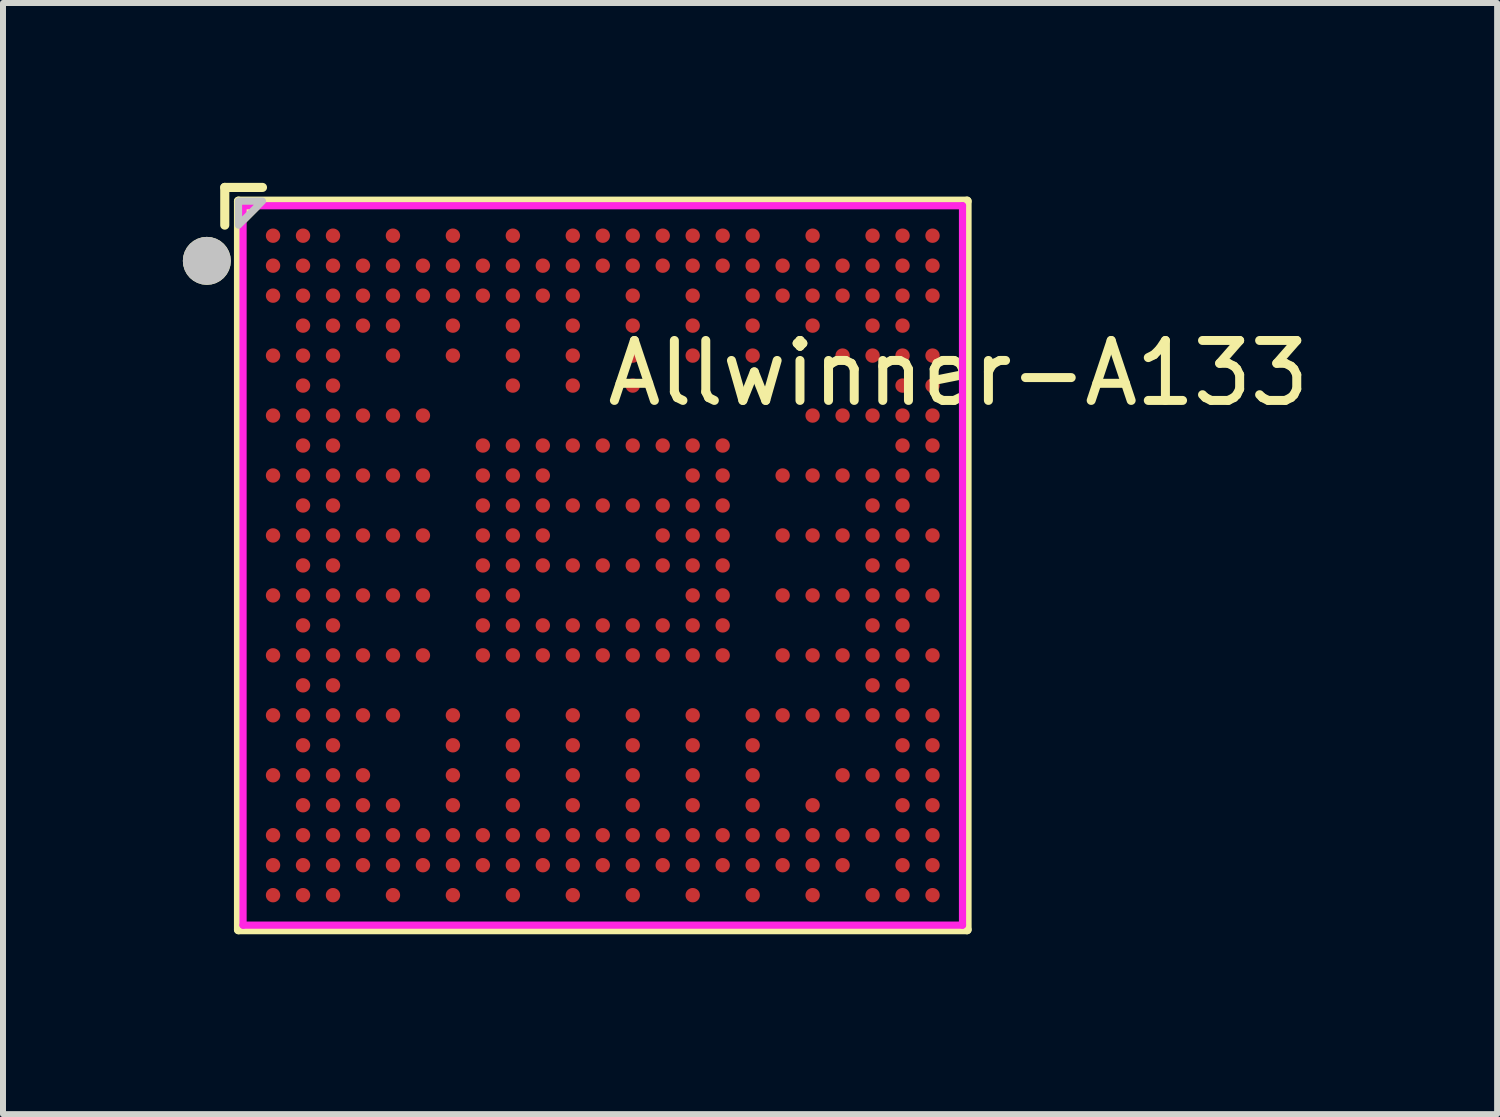
<source format=kicad_pcb>
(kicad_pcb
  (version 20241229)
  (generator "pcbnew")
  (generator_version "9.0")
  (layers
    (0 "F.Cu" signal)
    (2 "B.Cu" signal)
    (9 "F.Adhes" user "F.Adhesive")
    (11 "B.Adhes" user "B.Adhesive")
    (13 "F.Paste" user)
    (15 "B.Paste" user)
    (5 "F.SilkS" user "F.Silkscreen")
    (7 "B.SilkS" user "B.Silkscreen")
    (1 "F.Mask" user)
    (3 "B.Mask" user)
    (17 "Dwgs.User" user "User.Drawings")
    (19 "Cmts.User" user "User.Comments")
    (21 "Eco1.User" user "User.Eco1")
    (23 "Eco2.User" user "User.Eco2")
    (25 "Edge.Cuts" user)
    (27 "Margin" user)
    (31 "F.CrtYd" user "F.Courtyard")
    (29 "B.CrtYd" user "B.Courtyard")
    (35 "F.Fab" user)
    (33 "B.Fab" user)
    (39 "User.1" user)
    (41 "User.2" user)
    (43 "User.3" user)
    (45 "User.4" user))
  (footprint "Allwinner-A133"
    (layer "F.Cu")
    (at 7.004 6.381)
    (property "Reference" "Allwinner-A133" (at 0 -3.207 0) (layer "F.SilkS") (effects (font (size 1 1) (thickness 0.15)) (justify left)))
    (attr through_hole)
    (fp_line (start -6.305 -6.305) (end -5.676 -6.305) (stroke (width 0.152) (type solid)) (layer "F.SilkS"))
    (fp_line (start -6.305 -5.676) (end -6.305 -6.305) (stroke (width 0.152) (type solid)) (layer "F.SilkS"))
    (fp_line (start -6.076 -6.076) (end 6.076 -6.076) (stroke (width 0.152) (type solid)) (layer "F.SilkS"))
    (fp_line (start -6.076 6.076) (end -6.076 -6.076) (stroke (width 0.152) (type solid)) (layer "F.SilkS"))
    (fp_line (start 6.076 -6.076) (end 6.076 6.076) (stroke (width 0.152) (type solid)) (layer "F.SilkS"))
    (fp_line (start 6.076 6.076) (end -6.076 6.076) (stroke (width 0.152) (type solid)) (layer "F.SilkS"))
    (fp_circle (center -6.604 -5.08) (end -6.404 -5.08) (stroke (width 0.4) (type solid)) (fill no) (layer "F.SilkS"))
    (fp_poly (pts (xy -6.076 -6.076) (xy -5.676 -6.076) (xy -6.076 -5.676) (xy -6.076 -6.076)) (stroke (width 0.12) (type solid)) (fill yes) (layer "F.SilkS"))
    (fp_circle (center -6.604 -5.08) (end -6.404 -5.08) (stroke (width 0.4) (type solid)) (fill no) (layer "Dwgs.User"))
    (fp_poly (pts (xy -6.076 -6.076) (xy -5.676 -6.076) (xy -6.076 -5.676) (xy -6.076 -6.076)) (stroke (width 0.12) (type solid)) (fill no) (layer "Dwgs.User"))
    (fp_circle (center -6 -6) (end -5.97 -6) (stroke (width 0.06) (type solid)) (fill no) (layer "Eco2.User"))
    (fp_circle (center -5.5 -5.5) (end -5.425 -5.5) (stroke (width 0.15) (type solid)) (fill no) (layer "Eco2.User"))
    (fp_circle (center -5.5 -5) (end -5.425 -5) (stroke (width 0.15) (type solid)) (fill no) (layer "Eco2.User"))
    (fp_circle (center -5.5 -4.5) (end -5.425 -4.5) (stroke (width 0.15) (type solid)) (fill no) (layer "Eco2.User"))
    (fp_circle (center -5.5 -3.5) (end -5.425 -3.5) (stroke (width 0.15) (type solid)) (fill no) (layer "Eco2.User"))
    (fp_circle (center -5.5 -2.5) (end -5.425 -2.5) (stroke (width 0.15) (type solid)) (fill no) (layer "Eco2.User"))
    (fp_circle (center -5.5 -1.5) (end -5.425 -1.5) (stroke (width 0.15) (type solid)) (fill no) (layer "Eco2.User"))
    (fp_circle (center -5.5 -0.5) (end -5.425 -0.5) (stroke (width 0.15) (type solid)) (fill no) (layer "Eco2.User"))
    (fp_circle (center -5.5 0.5) (end -5.425 0.5) (stroke (width 0.15) (type solid)) (fill no) (layer "Eco2.User"))
    (fp_circle (center -5.5 1.5) (end -5.425 1.5) (stroke (width 0.15) (type solid)) (fill no) (layer "Eco2.User"))
    (fp_circle (center -5.5 2.5) (end -5.425 2.5) (stroke (width 0.15) (type solid)) (fill no) (layer "Eco2.User"))
    (fp_circle (center -5.5 3.5) (end -5.425 3.5) (stroke (width 0.15) (type solid)) (fill no) (layer "Eco2.User"))
    (fp_circle (center -5.5 4.5) (end -5.425 4.5) (stroke (width 0.15) (type solid)) (fill no) (layer "Eco2.User"))
    (fp_circle (center -5.5 5) (end -5.425 5) (stroke (width 0.15) (type solid)) (fill no) (layer "Eco2.User"))
    (fp_circle (center -5.5 5.5) (end -5.425 5.5) (stroke (width 0.15) (type solid)) (fill no) (layer "Eco2.User"))
    (fp_circle (center -5 -5.5) (end -4.925 -5.5) (stroke (width 0.15) (type solid)) (fill no) (layer "Eco2.User"))
    (fp_circle (center -5 -5) (end -4.925 -5) (stroke (width 0.15) (type solid)) (fill no) (layer "Eco2.User"))
    (fp_circle (center -5 -4.5) (end -4.925 -4.5) (stroke (width 0.15) (type solid)) (fill no) (layer "Eco2.User"))
    (fp_circle (center -5 -4) (end -4.925 -4) (stroke (width 0.15) (type solid)) (fill no) (layer "Eco2.User"))
    (fp_circle (center -5 -3.5) (end -4.925 -3.5) (stroke (width 0.15) (type solid)) (fill no) (layer "Eco2.User"))
    (fp_circle (center -5 -3) (end -4.925 -3) (stroke (width 0.15) (type solid)) (fill no) (layer "Eco2.User"))
    (fp_circle (center -5 -2.5) (end -4.925 -2.5) (stroke (width 0.15) (type solid)) (fill no) (layer "Eco2.User"))
    (fp_circle (center -5 -2) (end -4.925 -2) (stroke (width 0.15) (type solid)) (fill no) (layer "Eco2.User"))
    (fp_circle (center -5 -1.5) (end -4.925 -1.5) (stroke (width 0.15) (type solid)) (fill no) (layer "Eco2.User"))
    (fp_circle (center -5 -1) (end -4.925 -1) (stroke (width 0.15) (type solid)) (fill no) (layer "Eco2.User"))
    (fp_circle (center -5 -0.5) (end -4.925 -0.5) (stroke (width 0.15) (type solid)) (fill no) (layer "Eco2.User"))
    (fp_circle (center -5 0) (end -4.925 0) (stroke (width 0.15) (type solid)) (fill no) (layer "Eco2.User"))
    (fp_circle (center -5 0.5) (end -4.925 0.5) (stroke (width 0.15) (type solid)) (fill no) (layer "Eco2.User"))
    (fp_circle (center -5 1) (end -4.925 1) (stroke (width 0.15) (type solid)) (fill no) (layer "Eco2.User"))
    (fp_circle (center -5 1.5) (end -4.925 1.5) (stroke (width 0.15) (type solid)) (fill no) (layer "Eco2.User"))
    (fp_circle (center -5 2) (end -4.925 2) (stroke (width 0.15) (type solid)) (fill no) (layer "Eco2.User"))
    (fp_circle (center -5 2.5) (end -4.925 2.5) (stroke (width 0.15) (type solid)) (fill no) (layer "Eco2.User"))
    (fp_circle (center -5 3) (end -4.925 3) (stroke (width 0.15) (type solid)) (fill no) (layer "Eco2.User"))
    (fp_circle (center -5 3.5) (end -4.925 3.5) (stroke (width 0.15) (type solid)) (fill no) (layer "Eco2.User"))
    (fp_circle (center -5 4) (end -4.925 4) (stroke (width 0.15) (type solid)) (fill no) (layer "Eco2.User"))
    (fp_circle (center -5 4.5) (end -4.925 4.5) (stroke (width 0.15) (type solid)) (fill no) (layer "Eco2.User"))
    (fp_circle (center -5 5) (end -4.925 5) (stroke (width 0.15) (type solid)) (fill no) (layer "Eco2.User"))
    (fp_circle (center -5 5.5) (end -4.925 5.5) (stroke (width 0.15) (type solid)) (fill no) (layer "Eco2.User"))
    (fp_circle (center -4.5 -5.5) (end -4.425 -5.5) (stroke (width 0.15) (type solid)) (fill no) (layer "Eco2.User"))
    (fp_circle (center -4.5 -5) (end -4.425 -5) (stroke (width 0.15) (type solid)) (fill no) (layer "Eco2.User"))
    (fp_circle (center -4.5 -4.5) (end -4.425 -4.5) (stroke (width 0.15) (type solid)) (fill no) (layer "Eco2.User"))
    (fp_circle (center -4.5 -4) (end -4.425 -4) (stroke (width 0.15) (type solid)) (fill no) (layer "Eco2.User"))
    (fp_circle (center -4.5 -3.5) (end -4.425 -3.5) (stroke (width 0.15) (type solid)) (fill no) (layer "Eco2.User"))
    (fp_circle (center -4.5 -3) (end -4.425 -3) (stroke (width 0.15) (type solid)) (fill no) (layer "Eco2.User"))
    (fp_circle (center -4.5 -2.5) (end -4.425 -2.5) (stroke (width 0.15) (type solid)) (fill no) (layer "Eco2.User"))
    (fp_circle (center -4.5 -2) (end -4.425 -2) (stroke (width 0.15) (type solid)) (fill no) (layer "Eco2.User"))
    (fp_circle (center -4.5 -1.5) (end -4.425 -1.5) (stroke (width 0.15) (type solid)) (fill no) (layer "Eco2.User"))
    (fp_circle (center -4.5 -1) (end -4.425 -1) (stroke (width 0.15) (type solid)) (fill no) (layer "Eco2.User"))
    (fp_circle (center -4.5 -0.5) (end -4.425 -0.5) (stroke (width 0.15) (type solid)) (fill no) (layer "Eco2.User"))
    (fp_circle (center -4.5 0) (end -4.425 0) (stroke (width 0.15) (type solid)) (fill no) (layer "Eco2.User"))
    (fp_circle (center -4.5 0.5) (end -4.425 0.5) (stroke (width 0.15) (type solid)) (fill no) (layer "Eco2.User"))
    (fp_circle (center -4.5 1) (end -4.425 1) (stroke (width 0.15) (type solid)) (fill no) (layer "Eco2.User"))
    (fp_circle (center -4.5 1.5) (end -4.425 1.5) (stroke (width 0.15) (type solid)) (fill no) (layer "Eco2.User"))
    (fp_circle (center -4.5 2) (end -4.425 2) (stroke (width 0.15) (type solid)) (fill no) (layer "Eco2.User"))
    (fp_circle (center -4.5 2.5) (end -4.425 2.5) (stroke (width 0.15) (type solid)) (fill no) (layer "Eco2.User"))
    (fp_circle (center -4.5 3) (end -4.425 3) (stroke (width 0.15) (type solid)) (fill no) (layer "Eco2.User"))
    (fp_circle (center -4.5 3.5) (end -4.425 3.5) (stroke (width 0.15) (type solid)) (fill no) (layer "Eco2.User"))
    (fp_circle (center -4.5 4) (end -4.425 4) (stroke (width 0.15) (type solid)) (fill no) (layer "Eco2.User"))
    (fp_circle (center -4.5 4.5) (end -4.425 4.5) (stroke (width 0.15) (type solid)) (fill no) (layer "Eco2.User"))
    (fp_circle (center -4.5 5) (end -4.425 5) (stroke (width 0.15) (type solid)) (fill no) (layer "Eco2.User"))
    (fp_circle (center -4.5 5.5) (end -4.425 5.5) (stroke (width 0.15) (type solid)) (fill no) (layer "Eco2.User"))
    (fp_circle (center -4 -5) (end -3.925 -5) (stroke (width 0.15) (type solid)) (fill no) (layer "Eco2.User"))
    (fp_circle (center -4 -4.5) (end -3.925 -4.5) (stroke (width 0.15) (type solid)) (fill no) (layer "Eco2.User"))
    (fp_circle (center -4 -4) (end -3.925 -4) (stroke (width 0.15) (type solid)) (fill no) (layer "Eco2.User"))
    (fp_circle (center -4 -2.5) (end -3.925 -2.5) (stroke (width 0.15) (type solid)) (fill no) (layer "Eco2.User"))
    (fp_circle (center -4 -1.5) (end -3.925 -1.5) (stroke (width 0.15) (type solid)) (fill no) (layer "Eco2.User"))
    (fp_circle (center -4 -0.5) (end -3.925 -0.5) (stroke (width 0.15) (type solid)) (fill no) (layer "Eco2.User"))
    (fp_circle (center -4 0.5) (end -3.925 0.5) (stroke (width 0.15) (type solid)) (fill no) (layer "Eco2.User"))
    (fp_circle (center -4 1.5) (end -3.925 1.5) (stroke (width 0.15) (type solid)) (fill no) (layer "Eco2.User"))
    (fp_circle (center -4 2.5) (end -3.925 2.5) (stroke (width 0.15) (type solid)) (fill no) (layer "Eco2.User"))
    (fp_circle (center -4 3.5) (end -3.925 3.5) (stroke (width 0.15) (type solid)) (fill no) (layer "Eco2.User"))
    (fp_circle (center -4 4) (end -3.925 4) (stroke (width 0.15) (type solid)) (fill no) (layer "Eco2.User"))
    (fp_circle (center -4 4.5) (end -3.925 4.5) (stroke (width 0.15) (type solid)) (fill no) (layer "Eco2.User"))
    (fp_circle (center -4 5) (end -3.925 5) (stroke (width 0.15) (type solid)) (fill no) (layer "Eco2.User"))
    (fp_circle (center -3.5 -5.5) (end -3.425 -5.5) (stroke (width 0.15) (type solid)) (fill no) (layer "Eco2.User"))
    (fp_circle (center -3.5 -5) (end -3.425 -5) (stroke (width 0.15) (type solid)) (fill no) (layer "Eco2.User"))
    (fp_circle (center -3.5 -4.5) (end -3.425 -4.5) (stroke (width 0.15) (type solid)) (fill no) (layer "Eco2.User"))
    (fp_circle (center -3.5 -4) (end -3.425 -4) (stroke (width 0.15) (type solid)) (fill no) (layer "Eco2.User"))
    (fp_circle (center -3.5 -3.5) (end -3.425 -3.5) (stroke (width 0.15) (type solid)) (fill no) (layer "Eco2.User"))
    (fp_circle (center -3.5 -2.5) (end -3.425 -2.5) (stroke (width 0.15) (type solid)) (fill no) (layer "Eco2.User"))
    (fp_circle (center -3.5 -1.5) (end -3.425 -1.5) (stroke (width 0.15) (type solid)) (fill no) (layer "Eco2.User"))
    (fp_circle (center -3.5 -0.5) (end -3.425 -0.5) (stroke (width 0.15) (type solid)) (fill no) (layer "Eco2.User"))
    (fp_circle (center -3.5 0.5) (end -3.425 0.5) (stroke (width 0.15) (type solid)) (fill no) (layer "Eco2.User"))
    (fp_circle (center -3.5 1.5) (end -3.425 1.5) (stroke (width 0.15) (type solid)) (fill no) (layer "Eco2.User"))
    (fp_circle (center -3.5 2.5) (end -3.425 2.5) (stroke (width 0.15) (type solid)) (fill no) (layer "Eco2.User"))
    (fp_circle (center -3.5 4) (end -3.425 4) (stroke (width 0.15) (type solid)) (fill no) (layer "Eco2.User"))
    (fp_circle (center -3.5 4.5) (end -3.425 4.5) (stroke (width 0.15) (type solid)) (fill no) (layer "Eco2.User"))
    (fp_circle (center -3.5 5) (end -3.425 5) (stroke (width 0.15) (type solid)) (fill no) (layer "Eco2.User"))
    (fp_circle (center -3.5 5.5) (end -3.425 5.5) (stroke (width 0.15) (type solid)) (fill no) (layer "Eco2.User"))
    (fp_circle (center -3 -5) (end -2.925 -5) (stroke (width 0.15) (type solid)) (fill no) (layer "Eco2.User"))
    (fp_circle (center -3 -4.5) (end -2.925 -4.5) (stroke (width 0.15) (type solid)) (fill no) (layer "Eco2.User"))
    (fp_circle (center -3 -2.5) (end -2.925 -2.5) (stroke (width 0.15) (type solid)) (fill no) (layer "Eco2.User"))
    (fp_circle (center -3 -1.5) (end -2.925 -1.5) (stroke (width 0.15) (type solid)) (fill no) (layer "Eco2.User"))
    (fp_circle (center -3 -0.5) (end -2.925 -0.5) (stroke (width 0.15) (type solid)) (fill no) (layer "Eco2.User"))
    (fp_circle (center -3 0.5) (end -2.925 0.5) (stroke (width 0.15) (type solid)) (fill no) (layer "Eco2.User"))
    (fp_circle (center -3 1.5) (end -2.925 1.5) (stroke (width 0.15) (type solid)) (fill no) (layer "Eco2.User"))
    (fp_circle (center -3 4.5) (end -2.925 4.5) (stroke (width 0.15) (type solid)) (fill no) (layer "Eco2.User"))
    (fp_circle (center -3 5) (end -2.925 5) (stroke (width 0.15) (type solid)) (fill no) (layer "Eco2.User"))
    (fp_circle (center -2.5 -5.5) (end -2.425 -5.5) (stroke (width 0.15) (type solid)) (fill no) (layer "Eco2.User"))
    (fp_circle (center -2.5 -5) (end -2.425 -5) (stroke (width 0.15) (type solid)) (fill no) (layer "Eco2.User"))
    (fp_circle (center -2.5 -4.5) (end -2.425 -4.5) (stroke (width 0.15) (type solid)) (fill no) (layer "Eco2.User"))
    (fp_circle (center -2.5 -4) (end -2.425 -4) (stroke (width 0.15) (type solid)) (fill no) (layer "Eco2.User"))
    (fp_circle (center -2.5 -3.5) (end -2.425 -3.5) (stroke (width 0.15) (type solid)) (fill no) (layer "Eco2.User"))
    (fp_circle (center -2.5 2.5) (end -2.425 2.5) (stroke (width 0.15) (type solid)) (fill no) (layer "Eco2.User"))
    (fp_circle (center -2.5 3) (end -2.425 3) (stroke (width 0.15) (type solid)) (fill no) (layer "Eco2.User"))
    (fp_circle (center -2.5 3.5) (end -2.425 3.5) (stroke (width 0.15) (type solid)) (fill no) (layer "Eco2.User"))
    (fp_circle (center -2.5 4) (end -2.425 4) (stroke (width 0.15) (type solid)) (fill no) (layer "Eco2.User"))
    (fp_circle (center -2.5 4.5) (end -2.425 4.5) (stroke (width 0.15) (type solid)) (fill no) (layer "Eco2.User"))
    (fp_circle (center -2.5 5) (end -2.425 5) (stroke (width 0.15) (type solid)) (fill no) (layer "Eco2.User"))
    (fp_circle (center -2.5 5.5) (end -2.425 5.5) (stroke (width 0.15) (type solid)) (fill no) (layer "Eco2.User"))
    (fp_circle (center -2 -5) (end -1.925 -5) (stroke (width 0.15) (type solid)) (fill no) (layer "Eco2.User"))
    (fp_circle (center -2 -4.5) (end -1.925 -4.5) (stroke (width 0.15) (type solid)) (fill no) (layer "Eco2.User"))
    (fp_circle (center -2 -2) (end -1.925 -2) (stroke (width 0.15) (type solid)) (fill no) (layer "Eco2.User"))
    (fp_circle (center -2 -1.5) (end -1.925 -1.5) (stroke (width 0.15) (type solid)) (fill no) (layer "Eco2.User"))
    (fp_circle (center -2 -1) (end -1.925 -1) (stroke (width 0.15) (type solid)) (fill no) (layer "Eco2.User"))
    (fp_circle (center -2 -0.5) (end -1.925 -0.5) (stroke (width 0.15) (type solid)) (fill no) (layer "Eco2.User"))
    (fp_circle (center -2 0) (end -1.925 0) (stroke (width 0.15) (type solid)) (fill no) (layer "Eco2.User"))
    (fp_circle (center -2 0.5) (end -1.925 0.5) (stroke (width 0.15) (type solid)) (fill no) (layer "Eco2.User"))
    (fp_circle (center -2 1) (end -1.925 1) (stroke (width 0.15) (type solid)) (fill no) (layer "Eco2.User"))
    (fp_circle (center -2 1.5) (end -1.925 1.5) (stroke (width 0.15) (type solid)) (fill no) (layer "Eco2.User"))
    (fp_circle (center -2 4.5) (end -1.925 4.5) (stroke (width 0.15) (type solid)) (fill no) (layer "Eco2.User"))
    (fp_circle (center -2 5) (end -1.925 5) (stroke (width 0.15) (type solid)) (fill no) (layer "Eco2.User"))
    (fp_circle (center -1.5 -5.5) (end -1.425 -5.5) (stroke (width 0.15) (type solid)) (fill no) (layer "Eco2.User"))
    (fp_circle (center -1.5 -5) (end -1.425 -5) (stroke (width 0.15) (type solid)) (fill no) (layer "Eco2.User"))
    (fp_circle (center -1.5 -4.5) (end -1.425 -4.5) (stroke (width 0.15) (type solid)) (fill no) (layer "Eco2.User"))
    (fp_circle (center -1.5 -4) (end -1.425 -4) (stroke (width 0.15) (type solid)) (fill no) (layer "Eco2.User"))
    (fp_circle (center -1.5 -3.5) (end -1.425 -3.5) (stroke (width 0.15) (type solid)) (fill no) (layer "Eco2.User"))
    (fp_circle (center -1.5 -3) (end -1.425 -3) (stroke (width 0.15) (type solid)) (fill no) (layer "Eco2.User"))
    (fp_circle (center -1.5 -2) (end -1.425 -2) (stroke (width 0.15) (type solid)) (fill no) (layer "Eco2.User"))
    (fp_circle (center -1.5 -1.5) (end -1.425 -1.5) (stroke (width 0.15) (type solid)) (fill no) (layer "Eco2.User"))
    (fp_circle (center -1.5 -1) (end -1.425 -1) (stroke (width 0.15) (type solid)) (fill no) (layer "Eco2.User"))
    (fp_circle (center -1.5 -0.5) (end -1.425 -0.5) (stroke (width 0.15) (type solid)) (fill no) (layer "Eco2.User"))
    (fp_circle (center -1.5 0) (end -1.425 0) (stroke (width 0.15) (type solid)) (fill no) (layer "Eco2.User"))
    (fp_circle (center -1.5 0.5) (end -1.425 0.5) (stroke (width 0.15) (type solid)) (fill no) (layer "Eco2.User"))
    (fp_circle (center -1.5 1) (end -1.425 1) (stroke (width 0.15) (type solid)) (fill no) (layer "Eco2.User"))
    (fp_circle (center -1.5 1.5) (end -1.425 1.5) (stroke (width 0.15) (type solid)) (fill no) (layer "Eco2.User"))
    (fp_circle (center -1.5 2.5) (end -1.425 2.5) (stroke (width 0.15) (type solid)) (fill no) (layer "Eco2.User"))
    (fp_circle (center -1.5 3) (end -1.425 3) (stroke (width 0.15) (type solid)) (fill no) (layer "Eco2.User"))
    (fp_circle (center -1.5 3.5) (end -1.425 3.5) (stroke (width 0.15) (type solid)) (fill no) (layer "Eco2.User"))
    (fp_circle (center -1.5 4) (end -1.425 4) (stroke (width 0.15) (type solid)) (fill no) (layer "Eco2.User"))
    (fp_circle (center -1.5 4.5) (end -1.425 4.5) (stroke (width 0.15) (type solid)) (fill no) (layer "Eco2.User"))
    (fp_circle (center -1.5 5) (end -1.425 5) (stroke (width 0.15) (type solid)) (fill no) (layer "Eco2.User"))
    (fp_circle (center -1.5 5.5) (end -1.425 5.5) (stroke (width 0.15) (type solid)) (fill no) (layer "Eco2.User"))
    (fp_circle (center -1 -5) (end -0.925 -5) (stroke (width 0.15) (type solid)) (fill no) (layer "Eco2.User"))
    (fp_circle (center -1 -4.5) (end -0.925 -4.5) (stroke (width 0.15) (type solid)) (fill no) (layer "Eco2.User"))
    (fp_circle (center -1 -2) (end -0.925 -2) (stroke (width 0.15) (type solid)) (fill no) (layer "Eco2.User"))
    (fp_circle (center -1 -1.5) (end -0.925 -1.5) (stroke (width 0.15) (type solid)) (fill no) (layer "Eco2.User"))
    (fp_circle (center -1 -1) (end -0.925 -1) (stroke (width 0.15) (type solid)) (fill no) (layer "Eco2.User"))
    (fp_circle (center -1 -0.5) (end -0.925 -0.5) (stroke (width 0.15) (type solid)) (fill no) (layer "Eco2.User"))
    (fp_circle (center -1 0) (end -0.925 0) (stroke (width 0.15) (type solid)) (fill no) (layer "Eco2.User"))
    (fp_circle (center -1 1) (end -0.925 1) (stroke (width 0.15) (type solid)) (fill no) (layer "Eco2.User"))
    (fp_circle (center -1 1.5) (end -0.925 1.5) (stroke (width 0.15) (type solid)) (fill no) (layer "Eco2.User"))
    (fp_circle (center -1 4.5) (end -0.925 4.5) (stroke (width 0.15) (type solid)) (fill no) (layer "Eco2.User"))
    (fp_circle (center -1 5) (end -0.925 5) (stroke (width 0.15) (type solid)) (fill no) (layer "Eco2.User"))
    (fp_circle (center -0.5 -5.5) (end -0.425 -5.5) (stroke (width 0.15) (type solid)) (fill no) (layer "Eco2.User"))
    (fp_circle (center -0.5 -5) (end -0.425 -5) (stroke (width 0.15) (type solid)) (fill no) (layer "Eco2.User"))
    (fp_circle (center -0.5 -4.5) (end -0.425 -4.5) (stroke (width 0.15) (type solid)) (fill no) (layer "Eco2.User"))
    (fp_circle (center -0.5 -4) (end -0.425 -4) (stroke (width 0.15) (type solid)) (fill no) (layer "Eco2.User"))
    (fp_circle (center -0.5 -3.5) (end -0.425 -3.5) (stroke (width 0.15) (type solid)) (fill no) (layer "Eco2.User"))
    (fp_circle (center -0.5 -3) (end -0.425 -3) (stroke (width 0.15) (type solid)) (fill no) (layer "Eco2.User"))
    (fp_circle (center -0.5 -2) (end -0.425 -2) (stroke (width 0.15) (type solid)) (fill no) (layer "Eco2.User"))
    (fp_circle (center -0.5 -1) (end -0.425 -1) (stroke (width 0.15) (type solid)) (fill no) (layer "Eco2.User"))
    (fp_circle (center -0.5 0) (end -0.425 0) (stroke (width 0.15) (type solid)) (fill no) (layer "Eco2.User"))
    (fp_circle (center -0.5 1) (end -0.425 1) (stroke (width 0.15) (type solid)) (fill no) (layer "Eco2.User"))
    (fp_circle (center -0.5 1.5) (end -0.425 1.5) (stroke (width 0.15) (type solid)) (fill no) (layer "Eco2.User"))
    (fp_circle (center -0.5 2.5) (end -0.425 2.5) (stroke (width 0.15) (type solid)) (fill no) (layer "Eco2.User"))
    (fp_circle (center -0.5 3) (end -0.425 3) (stroke (width 0.15) (type solid)) (fill no) (layer "Eco2.User"))
    (fp_circle (center -0.5 3.5) (end -0.425 3.5) (stroke (width 0.15) (type solid)) (fill no) (layer "Eco2.User"))
    (fp_circle (center -0.5 4) (end -0.425 4) (stroke (width 0.15) (type solid)) (fill no) (layer "Eco2.User"))
    (fp_circle (center -0.5 4.5) (end -0.425 4.5) (stroke (width 0.15) (type solid)) (fill no) (layer "Eco2.User"))
    (fp_circle (center -0.5 5) (end -0.425 5) (stroke (width 0.15) (type solid)) (fill no) (layer "Eco2.User"))
    (fp_circle (center -0.5 5.5) (end -0.425 5.5) (stroke (width 0.15) (type solid)) (fill no) (layer "Eco2.User"))
    (fp_circle (center 0 -5.5) (end 0.075 -5.5) (stroke (width 0.15) (type solid)) (fill no) (layer "Eco2.User"))
    (fp_circle (center 0 -5) (end 0.075 -5) (stroke (width 0.15) (type solid)) (fill no) (layer "Eco2.User"))
    (fp_circle (center 0 -2) (end 0.075 -2) (stroke (width 0.15) (type solid)) (fill no) (layer "Eco2.User"))
    (fp_circle (center 0 -1) (end 0.075 -1) (stroke (width 0.15) (type solid)) (fill no) (layer "Eco2.User"))
    (fp_circle (center 0 0) (end 0.075 0) (stroke (width 0.15) (type solid)) (fill no) (layer "Eco2.User"))
    (fp_circle (center 0 1) (end 0.075 1) (stroke (width 0.15) (type solid)) (fill no) (layer "Eco2.User"))
    (fp_circle (center 0 1.5) (end 0.075 1.5) (stroke (width 0.15) (type solid)) (fill no) (layer "Eco2.User"))
    (fp_circle (center 0 4.5) (end 0.075 4.5) (stroke (width 0.15) (type solid)) (fill no) (layer "Eco2.User"))
    (fp_circle (center 0 5) (end 0.075 5) (stroke (width 0.15) (type solid)) (fill no) (layer "Eco2.User"))
    (fp_circle (center 0.5 -5.5) (end 0.575 -5.5) (stroke (width 0.15) (type solid)) (fill no) (layer "Eco2.User"))
    (fp_circle (center 0.5 -5) (end 0.575 -5) (stroke (width 0.15) (type solid)) (fill no) (layer "Eco2.User"))
    (fp_circle (center 0.5 -4.5) (end 0.575 -4.5) (stroke (width 0.15) (type solid)) (fill no) (layer "Eco2.User"))
    (fp_circle (center 0.5 -4) (end 0.575 -4) (stroke (width 0.15) (type solid)) (fill no) (layer "Eco2.User"))
    (fp_circle (center 0.5 -3.5) (end 0.575 -3.5) (stroke (width 0.15) (type solid)) (fill no) (layer "Eco2.User"))
    (fp_circle (center 0.5 -3) (end 0.575 -3) (stroke (width 0.15) (type solid)) (fill no) (layer "Eco2.User"))
    (fp_circle (center 0.5 -2) (end 0.575 -2) (stroke (width 0.15) (type solid)) (fill no) (layer "Eco2.User"))
    (fp_circle (center 0.5 -1) (end 0.575 -1) (stroke (width 0.15) (type solid)) (fill no) (layer "Eco2.User"))
    (fp_circle (center 0.5 0) (end 0.575 0) (stroke (width 0.15) (type solid)) (fill no) (layer "Eco2.User"))
    (fp_circle (center 0.5 1) (end 0.575 1) (stroke (width 0.15) (type solid)) (fill no) (layer "Eco2.User"))
    (fp_circle (center 0.5 1.5) (end 0.575 1.5) (stroke (width 0.15) (type solid)) (fill no) (layer "Eco2.User"))
    (fp_circle (center 0.5 2.5) (end 0.575 2.5) (stroke (width 0.15) (type solid)) (fill no) (layer "Eco2.User"))
    (fp_circle (center 0.5 3) (end 0.575 3) (stroke (width 0.15) (type solid)) (fill no) (layer "Eco2.User"))
    (fp_circle (center 0.5 3.5) (end 0.575 3.5) (stroke (width 0.15) (type solid)) (fill no) (layer "Eco2.User"))
    (fp_circle (center 0.5 4) (end 0.575 4) (stroke (width 0.15) (type solid)) (fill no) (layer "Eco2.User"))
    (fp_circle (center 0.5 4.5) (end 0.575 4.5) (stroke (width 0.15) (type solid)) (fill no) (layer "Eco2.User"))
    (fp_circle (center 0.5 5) (end 0.575 5) (stroke (width 0.15) (type solid)) (fill no) (layer "Eco2.User"))
    (fp_circle (center 0.5 5.5) (end 0.575 5.5) (stroke (width 0.15) (type solid)) (fill no) (layer "Eco2.User"))
    (fp_circle (center 1 -5.5) (end 1.075 -5.5) (stroke (width 0.15) (type solid)) (fill no) (layer "Eco2.User"))
    (fp_circle (center 1 -5) (end 1.075 -5) (stroke (width 0.15) (type solid)) (fill no) (layer "Eco2.User"))
    (fp_circle (center 1 -2) (end 1.075 -2) (stroke (width 0.15) (type solid)) (fill no) (layer "Eco2.User"))
    (fp_circle (center 1 -1) (end 1.075 -1) (stroke (width 0.15) (type solid)) (fill no) (layer "Eco2.User"))
    (fp_circle (center 1 -0.5) (end 1.075 -0.5) (stroke (width 0.15) (type solid)) (fill no) (layer "Eco2.User"))
    (fp_circle (center 1 0) (end 1.075 0) (stroke (width 0.15) (type solid)) (fill no) (layer "Eco2.User"))
    (fp_circle (center 1 1) (end 1.075 1) (stroke (width 0.15) (type solid)) (fill no) (layer "Eco2.User"))
    (fp_circle (center 1 1.5) (end 1.075 1.5) (stroke (width 0.15) (type solid)) (fill no) (layer "Eco2.User"))
    (fp_circle (center 1 4.5) (end 1.075 4.5) (stroke (width 0.15) (type solid)) (fill no) (layer "Eco2.User"))
    (fp_circle (center 1 5) (end 1.075 5) (stroke (width 0.15) (type solid)) (fill no) (layer "Eco2.User"))
    (fp_circle (center 1.5 -5.5) (end 1.575 -5.5) (stroke (width 0.15) (type solid)) (fill no) (layer "Eco2.User"))
    (fp_circle (center 1.5 -5) (end 1.575 -5) (stroke (width 0.15) (type solid)) (fill no) (layer "Eco2.User"))
    (fp_circle (center 1.5 -4.5) (end 1.575 -4.5) (stroke (width 0.15) (type solid)) (fill no) (layer "Eco2.User"))
    (fp_circle (center 1.5 -4) (end 1.575 -4) (stroke (width 0.15) (type solid)) (fill no) (layer "Eco2.User"))
    (fp_circle (center 1.5 -3.5) (end 1.575 -3.5) (stroke (width 0.15) (type solid)) (fill no) (layer "Eco2.User"))
    (fp_circle (center 1.5 -2) (end 1.575 -2) (stroke (width 0.15) (type solid)) (fill no) (layer "Eco2.User"))
    (fp_circle (center 1.5 -1.5) (end 1.575 -1.5) (stroke (width 0.15) (type solid)) (fill no) (layer "Eco2.User"))
    (fp_circle (center 1.5 -1) (end 1.575 -1) (stroke (width 0.15) (type solid)) (fill no) (layer "Eco2.User"))
    (fp_circle (center 1.5 -0.5) (end 1.575 -0.5) (stroke (width 0.15) (type solid)) (fill no) (layer "Eco2.User"))
    (fp_circle (center 1.5 0) (end 1.575 0) (stroke (width 0.15) (type solid)) (fill no) (layer "Eco2.User"))
    (fp_circle (center 1.5 0.5) (end 1.575 0.5) (stroke (width 0.15) (type solid)) (fill no) (layer "Eco2.User"))
    (fp_circle (center 1.5 1) (end 1.575 1) (stroke (width 0.15) (type solid)) (fill no) (layer "Eco2.User"))
    (fp_circle (center 1.5 1.5) (end 1.575 1.5) (stroke (width 0.15) (type solid)) (fill no) (layer "Eco2.User"))
    (fp_circle (center 1.5 2.5) (end 1.575 2.5) (stroke (width 0.15) (type solid)) (fill no) (layer "Eco2.User"))
    (fp_circle (center 1.5 3) (end 1.575 3) (stroke (width 0.15) (type solid)) (fill no) (layer "Eco2.User"))
    (fp_circle (center 1.5 3.5) (end 1.575 3.5) (stroke (width 0.15) (type solid)) (fill no) (layer "Eco2.User"))
    (fp_circle (center 1.5 4) (end 1.575 4) (stroke (width 0.15) (type solid)) (fill no) (layer "Eco2.User"))
    (fp_circle (center 1.5 4.5) (end 1.575 4.5) (stroke (width 0.15) (type solid)) (fill no) (layer "Eco2.User"))
    (fp_circle (center 1.5 5) (end 1.575 5) (stroke (width 0.15) (type solid)) (fill no) (layer "Eco2.User"))
    (fp_circle (center 1.5 5.5) (end 1.575 5.5) (stroke (width 0.15) (type solid)) (fill no) (layer "Eco2.User"))
    (fp_circle (center 2 -5.5) (end 2.075 -5.5) (stroke (width 0.15) (type solid)) (fill no) (layer "Eco2.User"))
    (fp_circle (center 2 -5) (end 2.075 -5) (stroke (width 0.15) (type solid)) (fill no) (layer "Eco2.User"))
    (fp_circle (center 2 -2) (end 2.075 -2) (stroke (width 0.15) (type solid)) (fill no) (layer "Eco2.User"))
    (fp_circle (center 2 -1.5) (end 2.075 -1.5) (stroke (width 0.15) (type solid)) (fill no) (layer "Eco2.User"))
    (fp_circle (center 2 -1) (end 2.075 -1) (stroke (width 0.15) (type solid)) (fill no) (layer "Eco2.User"))
    (fp_circle (center 2 -0.5) (end 2.075 -0.5) (stroke (width 0.15) (type solid)) (fill no) (layer "Eco2.User"))
    (fp_circle (center 2 0) (end 2.075 0) (stroke (width 0.15) (type solid)) (fill no) (layer "Eco2.User"))
    (fp_circle (center 2 0.5) (end 2.075 0.5) (stroke (width 0.15) (type solid)) (fill no) (layer "Eco2.User"))
    (fp_circle (center 2 1) (end 2.075 1) (stroke (width 0.15) (type solid)) (fill no) (layer "Eco2.User"))
    (fp_circle (center 2 1.5) (end 2.075 1.5) (stroke (width 0.15) (type solid)) (fill no) (layer "Eco2.User"))
    (fp_circle (center 2 4.5) (end 2.075 4.5) (stroke (width 0.15) (type solid)) (fill no) (layer "Eco2.User"))
    (fp_circle (center 2 5) (end 2.075 5) (stroke (width 0.15) (type solid)) (fill no) (layer "Eco2.User"))
    (fp_circle (center 2.5 -5.5) (end 2.575 -5.5) (stroke (width 0.15) (type solid)) (fill no) (layer "Eco2.User"))
    (fp_circle (center 2.5 -5) (end 2.575 -5) (stroke (width 0.15) (type solid)) (fill no) (layer "Eco2.User"))
    (fp_circle (center 2.5 -4.5) (end 2.575 -4.5) (stroke (width 0.15) (type solid)) (fill no) (layer "Eco2.User"))
    (fp_circle (center 2.5 -4) (end 2.575 -4) (stroke (width 0.15) (type solid)) (fill no) (layer "Eco2.User"))
    (fp_circle (center 2.5 -3.5) (end 2.575 -3.5) (stroke (width 0.15) (type solid)) (fill no) (layer "Eco2.User"))
    (fp_circle (center 2.5 2.5) (end 2.575 2.5) (stroke (width 0.15) (type solid)) (fill no) (layer "Eco2.User"))
    (fp_circle (center 2.5 3) (end 2.575 3) (stroke (width 0.15) (type solid)) (fill no) (layer "Eco2.User"))
    (fp_circle (center 2.5 3.5) (end 2.575 3.5) (stroke (width 0.15) (type solid)) (fill no) (layer "Eco2.User"))
    (fp_circle (center 2.5 4) (end 2.575 4) (stroke (width 0.15) (type solid)) (fill no) (layer "Eco2.User"))
    (fp_circle (center 2.5 4.5) (end 2.575 4.5) (stroke (width 0.15) (type solid)) (fill no) (layer "Eco2.User"))
    (fp_circle (center 2.5 5) (end 2.575 5) (stroke (width 0.15) (type solid)) (fill no) (layer "Eco2.User"))
    (fp_circle (center 2.5 5.5) (end 2.575 5.5) (stroke (width 0.15) (type solid)) (fill no) (layer "Eco2.User"))
    (fp_circle (center 3 -5) (end 3.075 -5) (stroke (width 0.15) (type solid)) (fill no) (layer "Eco2.User"))
    (fp_circle (center 3 -4.5) (end 3.075 -4.5) (stroke (width 0.15) (type solid)) (fill no) (layer "Eco2.User"))
    (fp_circle (center 3 -1.5) (end 3.075 -1.5) (stroke (width 0.15) (type solid)) (fill no) (layer "Eco2.User"))
    (fp_circle (center 3 -0.5) (end 3.075 -0.5) (stroke (width 0.15) (type solid)) (fill no) (layer "Eco2.User"))
    (fp_circle (center 3 0.5) (end 3.075 0.5) (stroke (width 0.15) (type solid)) (fill no) (layer "Eco2.User"))
    (fp_circle (center 3 1.5) (end 3.075 1.5) (stroke (width 0.15) (type solid)) (fill no) (layer "Eco2.User"))
    (fp_circle (center 3 2.5) (end 3.075 2.5) (stroke (width 0.15) (type solid)) (fill no) (layer "Eco2.User"))
    (fp_circle (center 3 4.5) (end 3.075 4.5) (stroke (width 0.15) (type solid)) (fill no) (layer "Eco2.User"))
    (fp_circle (center 3 5) (end 3.075 5) (stroke (width 0.15) (type solid)) (fill no) (layer "Eco2.User"))
    (fp_circle (center 3.5 -5.5) (end 3.575 -5.5) (stroke (width 0.15) (type solid)) (fill no) (layer "Eco2.User"))
    (fp_circle (center 3.5 -5) (end 3.575 -5) (stroke (width 0.15) (type solid)) (fill no) (layer "Eco2.User"))
    (fp_circle (center 3.5 -4.5) (end 3.575 -4.5) (stroke (width 0.15) (type solid)) (fill no) (layer "Eco2.User"))
    (fp_circle (center 3.5 -4) (end 3.575 -4) (stroke (width 0.15) (type solid)) (fill no) (layer "Eco2.User"))
    (fp_circle (center 3.5 -2.5) (end 3.575 -2.5) (stroke (width 0.15) (type solid)) (fill no) (layer "Eco2.User"))
    (fp_circle (center 3.5 -1.5) (end 3.575 -1.5) (stroke (width 0.15) (type solid)) (fill no) (layer "Eco2.User"))
    (fp_circle (center 3.5 -0.5) (end 3.575 -0.5) (stroke (width 0.15) (type solid)) (fill no) (layer "Eco2.User"))
    (fp_circle (center 3.5 0.5) (end 3.575 0.5) (stroke (width 0.15) (type solid)) (fill no) (layer "Eco2.User"))
    (fp_circle (center 3.5 1.5) (end 3.575 1.5) (stroke (width 0.15) (type solid)) (fill no) (layer "Eco2.User"))
    (fp_circle (center 3.5 2.5) (end 3.575 2.5) (stroke (width 0.15) (type solid)) (fill no) (layer "Eco2.User"))
    (fp_circle (center 3.5 4) (end 3.575 4) (stroke (width 0.15) (type solid)) (fill no) (layer "Eco2.User"))
    (fp_circle (center 3.5 4.5) (end 3.575 4.5) (stroke (width 0.15) (type solid)) (fill no) (layer "Eco2.User"))
    (fp_circle (center 3.5 5) (end 3.575 5) (stroke (width 0.15) (type solid)) (fill no) (layer "Eco2.User"))
    (fp_circle (center 3.5 5.5) (end 3.575 5.5) (stroke (width 0.15) (type solid)) (fill no) (layer "Eco2.User"))
    (fp_circle (center 4 -5) (end 4.075 -5) (stroke (width 0.15) (type solid)) (fill no) (layer "Eco2.User"))
    (fp_circle (center 4 -4.5) (end 4.075 -4.5) (stroke (width 0.15) (type solid)) (fill no) (layer "Eco2.User"))
    (fp_circle (center 4 -3.5) (end 4.075 -3.5) (stroke (width 0.15) (type solid)) (fill no) (layer "Eco2.User"))
    (fp_circle (center 4 -2.5) (end 4.075 -2.5) (stroke (width 0.15) (type solid)) (fill no) (layer "Eco2.User"))
    (fp_circle (center 4 -1.5) (end 4.075 -1.5) (stroke (width 0.15) (type solid)) (fill no) (layer "Eco2.User"))
    (fp_circle (center 4 -0.5) (end 4.075 -0.5) (stroke (width 0.15) (type solid)) (fill no) (layer "Eco2.User"))
    (fp_circle (center 4 0.5) (end 4.075 0.5) (stroke (width 0.15) (type solid)) (fill no) (layer "Eco2.User"))
    (fp_circle (center 4 1.5) (end 4.075 1.5) (stroke (width 0.15) (type solid)) (fill no) (layer "Eco2.User"))
    (fp_circle (center 4 2.5) (end 4.075 2.5) (stroke (width 0.15) (type solid)) (fill no) (layer "Eco2.User"))
    (fp_circle (center 4 3.5) (end 4.075 3.5) (stroke (width 0.15) (type solid)) (fill no) (layer "Eco2.User"))
    (fp_circle (center 4 4.5) (end 4.075 4.5) (stroke (width 0.15) (type solid)) (fill no) (layer "Eco2.User"))
    (fp_circle (center 4 5) (end 4.075 5) (stroke (width 0.15) (type solid)) (fill no) (layer "Eco2.User"))
    (fp_circle (center 4.5 -5.5) (end 4.575 -5.5) (stroke (width 0.15) (type solid)) (fill no) (layer "Eco2.User"))
    (fp_circle (center 4.5 -5) (end 4.575 -5) (stroke (width 0.15) (type solid)) (fill no) (layer "Eco2.User"))
    (fp_circle (center 4.5 -4.5) (end 4.575 -4.5) (stroke (width 0.15) (type solid)) (fill no) (layer "Eco2.User"))
    (fp_circle (center 4.5 -4) (end 4.575 -4) (stroke (width 0.15) (type solid)) (fill no) (layer "Eco2.User"))
    (fp_circle (center 4.5 -3.5) (end 4.575 -3.5) (stroke (width 0.15) (type solid)) (fill no) (layer "Eco2.User"))
    (fp_circle (center 4.5 -2.5) (end 4.575 -2.5) (stroke (width 0.15) (type solid)) (fill no) (layer "Eco2.User"))
    (fp_circle (center 4.5 -1.5) (end 4.575 -1.5) (stroke (width 0.15) (type solid)) (fill no) (layer "Eco2.User"))
    (fp_circle (center 4.5 -1) (end 4.575 -1) (stroke (width 0.15) (type solid)) (fill no) (layer "Eco2.User"))
    (fp_circle (center 4.5 -0.5) (end 4.575 -0.5) (stroke (width 0.15) (type solid)) (fill no) (layer "Eco2.User"))
    (fp_circle (center 4.5 0) (end 4.575 0) (stroke (width 0.15) (type solid)) (fill no) (layer "Eco2.User"))
    (fp_circle (center 4.5 0.5) (end 4.575 0.5) (stroke (width 0.15) (type solid)) (fill no) (layer "Eco2.User"))
    (fp_circle (center 4.5 1) (end 4.575 1) (stroke (width 0.15) (type solid)) (fill no) (layer "Eco2.User"))
    (fp_circle (center 4.5 1.5) (end 4.575 1.5) (stroke (width 0.15) (type solid)) (fill no) (layer "Eco2.User"))
    (fp_circle (center 4.5 2) (end 4.575 2) (stroke (width 0.15) (type solid)) (fill no) (layer "Eco2.User"))
    (fp_circle (center 4.5 2.5) (end 4.575 2.5) (stroke (width 0.15) (type solid)) (fill no) (layer "Eco2.User"))
    (fp_circle (center 4.5 3.5) (end 4.575 3.5) (stroke (width 0.15) (type solid)) (fill no) (layer "Eco2.User"))
    (fp_circle (center 4.5 4.5) (end 4.575 4.5) (stroke (width 0.15) (type solid)) (fill no) (layer "Eco2.User"))
    (fp_circle (center 4.5 5.5) (end 4.575 5.5) (stroke (width 0.15) (type solid)) (fill no) (layer "Eco2.User"))
    (fp_circle (center 5 -5.5) (end 5.075 -5.5) (stroke (width 0.15) (type solid)) (fill no) (layer "Eco2.User"))
    (fp_circle (center 5 -5) (end 5.075 -5) (stroke (width 0.15) (type solid)) (fill no) (layer "Eco2.User"))
    (fp_circle (center 5 -4.5) (end 5.075 -4.5) (stroke (width 0.15) (type solid)) (fill no) (layer "Eco2.User"))
    (fp_circle (center 5 -4) (end 5.075 -4) (stroke (width 0.15) (type solid)) (fill no) (layer "Eco2.User"))
    (fp_circle (center 5 -3.5) (end 5.075 -3.5) (stroke (width 0.15) (type solid)) (fill no) (layer "Eco2.User"))
    (fp_circle (center 5 -3) (end 5.075 -3) (stroke (width 0.15) (type solid)) (fill no) (layer "Eco2.User"))
    (fp_circle (center 5 -2.5) (end 5.075 -2.5) (stroke (width 0.15) (type solid)) (fill no) (layer "Eco2.User"))
    (fp_circle (center 5 -2) (end 5.075 -2) (stroke (width 0.15) (type solid)) (fill no) (layer "Eco2.User"))
    (fp_circle (center 5 -1.5) (end 5.075 -1.5) (stroke (width 0.15) (type solid)) (fill no) (layer "Eco2.User"))
    (fp_circle (center 5 -1) (end 5.075 -1) (stroke (width 0.15) (type solid)) (fill no) (layer "Eco2.User"))
    (fp_circle (center 5 -0.5) (end 5.075 -0.5) (stroke (width 0.15) (type solid)) (fill no) (layer "Eco2.User"))
    (fp_circle (center 5 0) (end 5.075 0) (stroke (width 0.15) (type solid)) (fill no) (layer "Eco2.User"))
    (fp_circle (center 5 0.5) (end 5.075 0.5) (stroke (width 0.15) (type solid)) (fill no) (layer "Eco2.User"))
    (fp_circle (center 5 1) (end 5.075 1) (stroke (width 0.15) (type solid)) (fill no) (layer "Eco2.User"))
    (fp_circle (center 5 1.5) (end 5.075 1.5) (stroke (width 0.15) (type solid)) (fill no) (layer "Eco2.User"))
    (fp_circle (center 5 2) (end 5.075 2) (stroke (width 0.15) (type solid)) (fill no) (layer "Eco2.User"))
    (fp_circle (center 5 2.5) (end 5.075 2.5) (stroke (width 0.15) (type solid)) (fill no) (layer "Eco2.User"))
    (fp_circle (center 5 3) (end 5.075 3) (stroke (width 0.15) (type solid)) (fill no) (layer "Eco2.User"))
    (fp_circle (center 5 3.5) (end 5.075 3.5) (stroke (width 0.15) (type solid)) (fill no) (layer "Eco2.User"))
    (fp_circle (center 5 4) (end 5.075 4) (stroke (width 0.15) (type solid)) (fill no) (layer "Eco2.User"))
    (fp_circle (center 5 4.5) (end 5.075 4.5) (stroke (width 0.15) (type solid)) (fill no) (layer "Eco2.User"))
    (fp_circle (center 5 5) (end 5.075 5) (stroke (width 0.15) (type solid)) (fill no) (layer "Eco2.User"))
    (fp_circle (center 5 5.5) (end 5.075 5.5) (stroke (width 0.15) (type solid)) (fill no) (layer "Eco2.User"))
    (fp_circle (center 5.5 -5.5) (end 5.575 -5.5) (stroke (width 0.15) (type solid)) (fill no) (layer "Eco2.User"))
    (fp_circle (center 5.5 -5) (end 5.575 -5) (stroke (width 0.15) (type solid)) (fill no) (layer "Eco2.User"))
    (fp_circle (center 5.5 -4.5) (end 5.575 -4.5) (stroke (width 0.15) (type solid)) (fill no) (layer "Eco2.User"))
    (fp_circle (center 5.5 -3.5) (end 5.575 -3.5) (stroke (width 0.15) (type solid)) (fill no) (layer "Eco2.User"))
    (fp_circle (center 5.5 -3) (end 5.575 -3) (stroke (width 0.15) (type solid)) (fill no) (layer "Eco2.User"))
    (fp_circle (center 5.5 -2.5) (end 5.575 -2.5) (stroke (width 0.15) (type solid)) (fill no) (layer "Eco2.User"))
    (fp_circle (center 5.5 -2) (end 5.575 -2) (stroke (width 0.15) (type solid)) (fill no) (layer "Eco2.User"))
    (fp_circle (center 5.5 -1.5) (end 5.575 -1.5) (stroke (width 0.15) (type solid)) (fill no) (layer "Eco2.User"))
    (fp_circle (center 5.5 -0.5) (end 5.575 -0.5) (stroke (width 0.15) (type solid)) (fill no) (layer "Eco2.User"))
    (fp_circle (center 5.5 0.5) (end 5.575 0.5) (stroke (width 0.15) (type solid)) (fill no) (layer "Eco2.User"))
    (fp_circle (center 5.5 1.5) (end 5.575 1.5) (stroke (width 0.15) (type solid)) (fill no) (layer "Eco2.User"))
    (fp_circle (center 5.5 2.5) (end 5.575 2.5) (stroke (width 0.15) (type solid)) (fill no) (layer "Eco2.User"))
    (fp_circle (center 5.5 3) (end 5.575 3) (stroke (width 0.15) (type solid)) (fill no) (layer "Eco2.User"))
    (fp_circle (center 5.5 3.5) (end 5.575 3.5) (stroke (width 0.15) (type solid)) (fill no) (layer "Eco2.User"))
    (fp_circle (center 5.5 4) (end 5.575 4) (stroke (width 0.15) (type solid)) (fill no) (layer "Eco2.User"))
    (fp_circle (center 5.5 4.5) (end 5.575 4.5) (stroke (width 0.15) (type solid)) (fill no) (layer "Eco2.User"))
    (fp_circle (center 5.5 5) (end 5.575 5) (stroke (width 0.15) (type solid)) (fill no) (layer "Eco2.User"))
    (fp_circle (center 5.5 5.5) (end 5.575 5.5) (stroke (width 0.15) (type solid)) (fill no) (layer "Eco2.User"))
    (fp_line (start -6 -6) (end 6 -6) (stroke (width 0.12) (type solid)) (layer "F.CrtYd"))
    (fp_line (start -6 6) (end -6 -6) (stroke (width 0.12) (type solid)) (layer "F.CrtYd"))
    (fp_line (start 6 -6) (end 6 6) (stroke (width 0.12) (type solid)) (layer "F.CrtYd"))
    (fp_line (start 6 6) (end -6 6) (stroke (width 0.12) (type solid)) (layer "F.CrtYd"))
    (pad "A1" smd circle (at -5.5 -5.5) (size 0.24 0.24) (layers "F.Cu" "F.Mask" "F.Paste"))
    (pad "A2" smd circle (at -5 -5.5) (size 0.24 0.24) (layers "F.Cu" "F.Mask" "F.Paste"))
    (pad "A3" smd circle (at -4.5 -5.5) (size 0.24 0.24) (layers "F.Cu" "F.Mask" "F.Paste"))
    (pad "A5" smd circle (at -3.5 -5.5) (size 0.24 0.24) (layers "F.Cu" "F.Mask" "F.Paste"))
    (pad "A7" smd circle (at -2.5 -5.5) (size 0.24 0.24) (layers "F.Cu" "F.Mask" "F.Paste"))
    (pad "A9" smd circle (at -1.5 -5.5) (size 0.24 0.24) (layers "F.Cu" "F.Mask" "F.Paste"))
    (pad "A11" smd circle (at -0.5 -5.5) (size 0.24 0.24) (layers "F.Cu" "F.Mask" "F.Paste"))
    (pad "A12" smd circle (at 0 -5.5) (size 0.24 0.24) (layers "F.Cu" "F.Mask" "F.Paste"))
    (pad "A13" smd circle (at 0.5 -5.5) (size 0.24 0.24) (layers "F.Cu" "F.Mask" "F.Paste"))
    (pad "A14" smd circle (at 1 -5.5) (size 0.24 0.24) (layers "F.Cu" "F.Mask" "F.Paste"))
    (pad "A15" smd circle (at 1.5 -5.5) (size 0.24 0.24) (layers "F.Cu" "F.Mask" "F.Paste"))
    (pad "A16" smd circle (at 2 -5.5) (size 0.24 0.24) (layers "F.Cu" "F.Mask" "F.Paste"))
    (pad "A17" smd circle (at 2.5 -5.5) (size 0.24 0.24) (layers "F.Cu" "F.Mask" "F.Paste"))
    (pad "A19" smd circle (at 3.5 -5.5) (size 0.24 0.24) (layers "F.Cu" "F.Mask" "F.Paste"))
    (pad "A21" smd circle (at 4.5 -5.5) (size 0.24 0.24) (layers "F.Cu" "F.Mask" "F.Paste"))
    (pad "A22" smd circle (at 5 -5.5) (size 0.24 0.24) (layers "F.Cu" "F.Mask" "F.Paste"))
    (pad "A23" smd circle (at 5.5 -5.5) (size 0.24 0.24) (layers "F.Cu" "F.Mask" "F.Paste"))
    (pad "AA1" smd circle (at -5.5 4.5) (size 0.24 0.24) (layers "F.Cu" "F.Mask" "F.Paste"))
    (pad "AA2" smd circle (at -5 4.5) (size 0.24 0.24) (layers "F.Cu" "F.Mask" "F.Paste"))
    (pad "AA3" smd circle (at -4.5 4.5) (size 0.24 0.24) (layers "F.Cu" "F.Mask" "F.Paste"))
    (pad "AA4" smd circle (at -4 4.5) (size 0.24 0.24) (layers "F.Cu" "F.Mask" "F.Paste"))
    (pad "AA5" smd circle (at -3.5 4.5) (size 0.24 0.24) (layers "F.Cu" "F.Mask" "F.Paste"))
    (pad "AA6" smd circle (at -3 4.5) (size 0.24 0.24) (layers "F.Cu" "F.Mask" "F.Paste"))
    (pad "AA7" smd circle (at -2.5 4.5) (size 0.24 0.24) (layers "F.Cu" "F.Mask" "F.Paste"))
    (pad "AA8" smd circle (at -2 4.5) (size 0.24 0.24) (layers "F.Cu" "F.Mask" "F.Paste"))
    (pad "AA9" smd circle (at -1.5 4.5) (size 0.24 0.24) (layers "F.Cu" "F.Mask" "F.Paste"))
    (pad "AA10" smd circle (at -1 4.5) (size 0.24 0.24) (layers "F.Cu" "F.Mask" "F.Paste"))
    (pad "AA11" smd circle (at -0.5 4.5) (size 0.24 0.24) (layers "F.Cu" "F.Mask" "F.Paste"))
    (pad "AA12" smd circle (at 0 4.5) (size 0.24 0.24) (layers "F.Cu" "F.Mask" "F.Paste"))
    (pad "AA13" smd circle (at 0.5 4.5) (size 0.24 0.24) (layers "F.Cu" "F.Mask" "F.Paste"))
    (pad "AA14" smd circle (at 1 4.5) (size 0.24 0.24) (layers "F.Cu" "F.Mask" "F.Paste"))
    (pad "AA15" smd circle (at 1.5 4.5) (size 0.24 0.24) (layers "F.Cu" "F.Mask" "F.Paste"))
    (pad "AA16" smd circle (at 2 4.5) (size 0.24 0.24) (layers "F.Cu" "F.Mask" "F.Paste"))
    (pad "AA17" smd circle (at 2.5 4.5) (size 0.24 0.24) (layers "F.Cu" "F.Mask" "F.Paste"))
    (pad "AA18" smd circle (at 3 4.5) (size 0.24 0.24) (layers "F.Cu" "F.Mask" "F.Paste"))
    (pad "AA19" smd circle (at 3.5 4.5) (size 0.24 0.24) (layers "F.Cu" "F.Mask" "F.Paste"))
    (pad "AA20" smd circle (at 4 4.5) (size 0.24 0.24) (layers "F.Cu" "F.Mask" "F.Paste"))
    (pad "AA21" smd circle (at 4.5 4.5) (size 0.24 0.24) (layers "F.Cu" "F.Mask" "F.Paste"))
    (pad "AA22" smd circle (at 5 4.5) (size 0.24 0.24) (layers "F.Cu" "F.Mask" "F.Paste"))
    (pad "AA23" smd circle (at 5.5 4.5) (size 0.24 0.24) (layers "F.Cu" "F.Mask" "F.Paste"))
    (pad "AB1" smd circle (at -5.5 5) (size 0.24 0.24) (layers "F.Cu" "F.Mask" "F.Paste"))
    (pad "AB2" smd circle (at -5 5) (size 0.24 0.24) (layers "F.Cu" "F.Mask" "F.Paste"))
    (pad "AB3" smd circle (at -4.5 5) (size 0.24 0.24) (layers "F.Cu" "F.Mask" "F.Paste"))
    (pad "AB4" smd circle (at -4 5) (size 0.24 0.24) (layers "F.Cu" "F.Mask" "F.Paste"))
    (pad "AB5" smd circle (at -3.5 5) (size 0.24 0.24) (layers "F.Cu" "F.Mask" "F.Paste"))
    (pad "AB6" smd circle (at -3 5) (size 0.24 0.24) (layers "F.Cu" "F.Mask" "F.Paste"))
    (pad "AB7" smd circle (at -2.5 5) (size 0.24 0.24) (layers "F.Cu" "F.Mask" "F.Paste"))
    (pad "AB8" smd circle (at -2 5) (size 0.24 0.24) (layers "F.Cu" "F.Mask" "F.Paste"))
    (pad "AB9" smd circle (at -1.5 5) (size 0.24 0.24) (layers "F.Cu" "F.Mask" "F.Paste"))
    (pad "AB10" smd circle (at -1 5) (size 0.24 0.24) (layers "F.Cu" "F.Mask" "F.Paste"))
    (pad "AB11" smd circle (at -0.5 5) (size 0.24 0.24) (layers "F.Cu" "F.Mask" "F.Paste"))
    (pad "AB12" smd circle (at 0 5) (size 0.24 0.24) (layers "F.Cu" "F.Mask" "F.Paste"))
    (pad "AB13" smd circle (at 0.5 5) (size 0.24 0.24) (layers "F.Cu" "F.Mask" "F.Paste"))
    (pad "AB14" smd circle (at 1 5) (size 0.24 0.24) (layers "F.Cu" "F.Mask" "F.Paste"))
    (pad "AB15" smd circle (at 1.5 5) (size 0.24 0.24) (layers "F.Cu" "F.Mask" "F.Paste"))
    (pad "AB16" smd circle (at 2 5) (size 0.24 0.24) (layers "F.Cu" "F.Mask" "F.Paste"))
    (pad "AB17" smd circle (at 2.5 5) (size 0.24 0.24) (layers "F.Cu" "F.Mask" "F.Paste"))
    (pad "AB18" smd circle (at 3 5) (size 0.24 0.24) (layers "F.Cu" "F.Mask" "F.Paste"))
    (pad "AB19" smd circle (at 3.5 5) (size 0.24 0.24) (layers "F.Cu" "F.Mask" "F.Paste"))
    (pad "AB20" smd circle (at 4 5) (size 0.24 0.24) (layers "F.Cu" "F.Mask" "F.Paste"))
    (pad "AB22" smd circle (at 5 5) (size 0.24 0.24) (layers "F.Cu" "F.Mask" "F.Paste"))
    (pad "AB23" smd circle (at 5.5 5) (size 0.24 0.24) (layers "F.Cu" "F.Mask" "F.Paste"))
    (pad "AC1" smd circle (at -5.5 5.5) (size 0.24 0.24) (layers "F.Cu" "F.Mask" "F.Paste"))
    (pad "AC2" smd circle (at -5 5.5) (size 0.24 0.24) (layers "F.Cu" "F.Mask" "F.Paste"))
    (pad "AC3" smd circle (at -4.5 5.5) (size 0.24 0.24) (layers "F.Cu" "F.Mask" "F.Paste"))
    (pad "AC5" smd circle (at -3.5 5.5) (size 0.24 0.24) (layers "F.Cu" "F.Mask" "F.Paste"))
    (pad "AC7" smd circle (at -2.5 5.5) (size 0.24 0.24) (layers "F.Cu" "F.Mask" "F.Paste"))
    (pad "AC9" smd circle (at -1.5 5.5) (size 0.24 0.24) (layers "F.Cu" "F.Mask" "F.Paste"))
    (pad "AC11" smd circle (at -0.5 5.5) (size 0.24 0.24) (layers "F.Cu" "F.Mask" "F.Paste"))
    (pad "AC13" smd circle (at 0.5 5.5) (size 0.24 0.24) (layers "F.Cu" "F.Mask" "F.Paste"))
    (pad "AC15" smd circle (at 1.5 5.5) (size 0.24 0.24) (layers "F.Cu" "F.Mask" "F.Paste"))
    (pad "AC17" smd circle (at 2.5 5.5) (size 0.24 0.24) (layers "F.Cu" "F.Mask" "F.Paste"))
    (pad "AC19" smd circle (at 3.5 5.5) (size 0.24 0.24) (layers "F.Cu" "F.Mask" "F.Paste"))
    (pad "AC21" smd circle (at 4.5 5.5) (size 0.24 0.24) (layers "F.Cu" "F.Mask" "F.Paste"))
    (pad "AC22" smd circle (at 5 5.5) (size 0.24 0.24) (layers "F.Cu" "F.Mask" "F.Paste"))
    (pad "AC23" smd circle (at 5.5 5.5) (size 0.24 0.24) (layers "F.Cu" "F.Mask" "F.Paste"))
    (pad "B1" smd circle (at -5.5 -5) (size 0.24 0.24) (layers "F.Cu" "F.Mask" "F.Paste"))
    (pad "B2" smd circle (at -5 -5) (size 0.24 0.24) (layers "F.Cu" "F.Mask" "F.Paste"))
    (pad "B3" smd circle (at -4.5 -5) (size 0.24 0.24) (layers "F.Cu" "F.Mask" "F.Paste"))
    (pad "B4" smd circle (at -4 -5) (size 0.24 0.24) (layers "F.Cu" "F.Mask" "F.Paste"))
    (pad "B5" smd circle (at -3.5 -5) (size 0.24 0.24) (layers "F.Cu" "F.Mask" "F.Paste"))
    (pad "B6" smd circle (at -3 -5) (size 0.24 0.24) (layers "F.Cu" "F.Mask" "F.Paste"))
    (pad "B7" smd circle (at -2.5 -5) (size 0.24 0.24) (layers "F.Cu" "F.Mask" "F.Paste"))
    (pad "B8" smd circle (at -2 -5) (size 0.24 0.24) (layers "F.Cu" "F.Mask" "F.Paste"))
    (pad "B9" smd circle (at -1.5 -5) (size 0.24 0.24) (layers "F.Cu" "F.Mask" "F.Paste"))
    (pad "B10" smd circle (at -1 -5) (size 0.24 0.24) (layers "F.Cu" "F.Mask" "F.Paste"))
    (pad "B11" smd circle (at -0.5 -5) (size 0.24 0.24) (layers "F.Cu" "F.Mask" "F.Paste"))
    (pad "B12" smd circle (at 0 -5) (size 0.24 0.24) (layers "F.Cu" "F.Mask" "F.Paste"))
    (pad "B13" smd circle (at 0.5 -5) (size 0.24 0.24) (layers "F.Cu" "F.Mask" "F.Paste"))
    (pad "B14" smd circle (at 1 -5) (size 0.24 0.24) (layers "F.Cu" "F.Mask" "F.Paste"))
    (pad "B15" smd circle (at 1.5 -5) (size 0.24 0.24) (layers "F.Cu" "F.Mask" "F.Paste"))
    (pad "B16" smd circle (at 2 -5) (size 0.24 0.24) (layers "F.Cu" "F.Mask" "F.Paste"))
    (pad "B17" smd circle (at 2.5 -5) (size 0.24 0.24) (layers "F.Cu" "F.Mask" "F.Paste"))
    (pad "B18" smd circle (at 3 -5) (size 0.24 0.24) (layers "F.Cu" "F.Mask" "F.Paste"))
    (pad "B19" smd circle (at 3.5 -5) (size 0.24 0.24) (layers "F.Cu" "F.Mask" "F.Paste"))
    (pad "B20" smd circle (at 4 -5) (size 0.24 0.24) (layers "F.Cu" "F.Mask" "F.Paste"))
    (pad "B21" smd circle (at 4.5 -5) (size 0.24 0.24) (layers "F.Cu" "F.Mask" "F.Paste"))
    (pad "B22" smd circle (at 5 -5) (size 0.24 0.24) (layers "F.Cu" "F.Mask" "F.Paste"))
    (pad "B23" smd circle (at 5.5 -5) (size 0.24 0.24) (layers "F.Cu" "F.Mask" "F.Paste"))
    (pad "C1" smd circle (at -5.5 -4.5) (size 0.24 0.24) (layers "F.Cu" "F.Mask" "F.Paste"))
    (pad "C2" smd circle (at -5 -4.5) (size 0.24 0.24) (layers "F.Cu" "F.Mask" "F.Paste"))
    (pad "C3" smd circle (at -4.5 -4.5) (size 0.24 0.24) (layers "F.Cu" "F.Mask" "F.Paste"))
    (pad "C4" smd circle (at -4 -4.5) (size 0.24 0.24) (layers "F.Cu" "F.Mask" "F.Paste"))
    (pad "C5" smd circle (at -3.5 -4.5) (size 0.24 0.24) (layers "F.Cu" "F.Mask" "F.Paste"))
    (pad "C6" smd circle (at -3 -4.5) (size 0.24 0.24) (layers "F.Cu" "F.Mask" "F.Paste"))
    (pad "C7" smd circle (at -2.5 -4.5) (size 0.24 0.24) (layers "F.Cu" "F.Mask" "F.Paste"))
    (pad "C8" smd circle (at -2 -4.5) (size 0.24 0.24) (layers "F.Cu" "F.Mask" "F.Paste"))
    (pad "C9" smd circle (at -1.5 -4.5) (size 0.24 0.24) (layers "F.Cu" "F.Mask" "F.Paste"))
    (pad "C10" smd circle (at -1 -4.5) (size 0.24 0.24) (layers "F.Cu" "F.Mask" "F.Paste"))
    (pad "C11" smd circle (at -0.5 -4.5) (size 0.24 0.24) (layers "F.Cu" "F.Mask" "F.Paste"))
    (pad "C13" smd circle (at 0.5 -4.5) (size 0.24 0.24) (layers "F.Cu" "F.Mask" "F.Paste"))
    (pad "C15" smd circle (at 1.5 -4.5) (size 0.24 0.24) (layers "F.Cu" "F.Mask" "F.Paste"))
    (pad "C17" smd circle (at 2.5 -4.5) (size 0.24 0.24) (layers "F.Cu" "F.Mask" "F.Paste"))
    (pad "C18" smd circle (at 3 -4.5) (size 0.24 0.24) (layers "F.Cu" "F.Mask" "F.Paste"))
    (pad "C19" smd circle (at 3.5 -4.5) (size 0.24 0.24) (layers "F.Cu" "F.Mask" "F.Paste"))
    (pad "C20" smd circle (at 4 -4.5) (size 0.24 0.24) (layers "F.Cu" "F.Mask" "F.Paste"))
    (pad "C21" smd circle (at 4.5 -4.5) (size 0.24 0.24) (layers "F.Cu" "F.Mask" "F.Paste"))
    (pad "C22" smd circle (at 5 -4.5) (size 0.24 0.24) (layers "F.Cu" "F.Mask" "F.Paste"))
    (pad "C23" smd circle (at 5.5 -4.5) (size 0.24 0.24) (layers "F.Cu" "F.Mask" "F.Paste"))
    (pad "D2" smd circle (at -5 -4) (size 0.24 0.24) (layers "F.Cu" "F.Mask" "F.Paste"))
    (pad "D3" smd circle (at -4.5 -4) (size 0.24 0.24) (layers "F.Cu" "F.Mask" "F.Paste"))
    (pad "D4" smd circle (at -4 -4) (size 0.24 0.24) (layers "F.Cu" "F.Mask" "F.Paste"))
    (pad "D5" smd circle (at -3.5 -4) (size 0.24 0.24) (layers "F.Cu" "F.Mask" "F.Paste"))
    (pad "D7" smd circle (at -2.5 -4) (size 0.24 0.24) (layers "F.Cu" "F.Mask" "F.Paste"))
    (pad "D9" smd circle (at -1.5 -4) (size 0.24 0.24) (layers "F.Cu" "F.Mask" "F.Paste"))
    (pad "D11" smd circle (at -0.5 -4) (size 0.24 0.24) (layers "F.Cu" "F.Mask" "F.Paste"))
    (pad "D13" smd circle (at 0.5 -4) (size 0.24 0.24) (layers "F.Cu" "F.Mask" "F.Paste"))
    (pad "D15" smd circle (at 1.5 -4) (size 0.24 0.24) (layers "F.Cu" "F.Mask" "F.Paste"))
    (pad "D17" smd circle (at 2.5 -4) (size 0.24 0.24) (layers "F.Cu" "F.Mask" "F.Paste"))
    (pad "D19" smd circle (at 3.5 -4) (size 0.24 0.24) (layers "F.Cu" "F.Mask" "F.Paste"))
    (pad "D21" smd circle (at 4.5 -4) (size 0.24 0.24) (layers "F.Cu" "F.Mask" "F.Paste"))
    (pad "D22" smd circle (at 5 -4) (size 0.24 0.24) (layers "F.Cu" "F.Mask" "F.Paste"))
    (pad "E1" smd circle (at -5.5 -3.5) (size 0.24 0.24) (layers "F.Cu" "F.Mask" "F.Paste"))
    (pad "E2" smd circle (at -5 -3.5) (size 0.24 0.24) (layers "F.Cu" "F.Mask" "F.Paste"))
    (pad "E3" smd circle (at -4.5 -3.5) (size 0.24 0.24) (layers "F.Cu" "F.Mask" "F.Paste"))
    (pad "E5" smd circle (at -3.5 -3.5) (size 0.24 0.24) (layers "F.Cu" "F.Mask" "F.Paste"))
    (pad "E7" smd circle (at -2.5 -3.5) (size 0.24 0.24) (layers "F.Cu" "F.Mask" "F.Paste"))
    (pad "E9" smd circle (at -1.5 -3.5) (size 0.24 0.24) (layers "F.Cu" "F.Mask" "F.Paste"))
    (pad "E11" smd circle (at -0.5 -3.5) (size 0.24 0.24) (layers "F.Cu" "F.Mask" "F.Paste"))
    (pad "E13" smd circle (at 0.5 -3.5) (size 0.24 0.24) (layers "F.Cu" "F.Mask" "F.Paste"))
    (pad "E15" smd circle (at 1.5 -3.5) (size 0.24 0.24) (layers "F.Cu" "F.Mask" "F.Paste"))
    (pad "E17" smd circle (at 2.5 -3.5) (size 0.24 0.24) (layers "F.Cu" "F.Mask" "F.Paste"))
    (pad "E20" smd circle (at 4 -3.5) (size 0.24 0.24) (layers "F.Cu" "F.Mask" "F.Paste"))
    (pad "E21" smd circle (at 4.5 -3.5) (size 0.24 0.24) (layers "F.Cu" "F.Mask" "F.Paste"))
    (pad "E22" smd circle (at 5 -3.5) (size 0.24 0.24) (layers "F.Cu" "F.Mask" "F.Paste"))
    (pad "E23" smd circle (at 5.5 -3.5) (size 0.24 0.24) (layers "F.Cu" "F.Mask" "F.Paste"))
    (pad "F2" smd circle (at -5 -3) (size 0.24 0.24) (layers "F.Cu" "F.Mask" "F.Paste"))
    (pad "F3" smd circle (at -4.5 -3) (size 0.24 0.24) (layers "F.Cu" "F.Mask" "F.Paste"))
    (pad "F9" smd circle (at -1.5 -3) (size 0.24 0.24) (layers "F.Cu" "F.Mask" "F.Paste"))
    (pad "F11" smd circle (at -0.5 -3) (size 0.24 0.24) (layers "F.Cu" "F.Mask" "F.Paste"))
    (pad "F13" smd circle (at 0.5 -3) (size 0.24 0.24) (layers "F.Cu" "F.Mask" "F.Paste"))
    (pad "F22" smd circle (at 5 -3) (size 0.24 0.24) (layers "F.Cu" "F.Mask" "F.Paste"))
    (pad "F23" smd circle (at 5.5 -3) (size 0.24 0.24) (layers "F.Cu" "F.Mask" "F.Paste"))
    (pad "G1" smd circle (at -5.5 -2.5) (size 0.24 0.24) (layers "F.Cu" "F.Mask" "F.Paste"))
    (pad "G2" smd circle (at -5 -2.5) (size 0.24 0.24) (layers "F.Cu" "F.Mask" "F.Paste"))
    (pad "G3" smd circle (at -4.5 -2.5) (size 0.24 0.24) (layers "F.Cu" "F.Mask" "F.Paste"))
    (pad "G4" smd circle (at -4 -2.5) (size 0.24 0.24) (layers "F.Cu" "F.Mask" "F.Paste"))
    (pad "G5" smd circle (at -3.5 -2.5) (size 0.24 0.24) (layers "F.Cu" "F.Mask" "F.Paste"))
    (pad "G6" smd circle (at -3 -2.5) (size 0.24 0.24) (layers "F.Cu" "F.Mask" "F.Paste"))
    (pad "G19" smd circle (at 3.5 -2.5) (size 0.24 0.24) (layers "F.Cu" "F.Mask" "F.Paste"))
    (pad "G20" smd circle (at 4 -2.5) (size 0.24 0.24) (layers "F.Cu" "F.Mask" "F.Paste"))
    (pad "G21" smd circle (at 4.5 -2.5) (size 0.24 0.24) (layers "F.Cu" "F.Mask" "F.Paste"))
    (pad "G22" smd circle (at 5 -2.5) (size 0.24 0.24) (layers "F.Cu" "F.Mask" "F.Paste"))
    (pad "G23" smd circle (at 5.5 -2.5) (size 0.24 0.24) (layers "F.Cu" "F.Mask" "F.Paste"))
    (pad "H2" smd circle (at -5 -2) (size 0.24 0.24) (layers "F.Cu" "F.Mask" "F.Paste"))
    (pad "H3" smd circle (at -4.5 -2) (size 0.24 0.24) (layers "F.Cu" "F.Mask" "F.Paste"))
    (pad "H8" smd circle (at -2 -2) (size 0.24 0.24) (layers "F.Cu" "F.Mask" "F.Paste"))
    (pad "H9" smd circle (at -1.5 -2) (size 0.24 0.24) (layers "F.Cu" "F.Mask" "F.Paste"))
    (pad "H10" smd circle (at -1 -2) (size 0.24 0.24) (layers "F.Cu" "F.Mask" "F.Paste"))
    (pad "H11" smd circle (at -0.5 -2) (size 0.24 0.24) (layers "F.Cu" "F.Mask" "F.Paste"))
    (pad "H12" smd circle (at 0 -2) (size 0.24 0.24) (layers "F.Cu" "F.Mask" "F.Paste"))
    (pad "H13" smd circle (at 0.5 -2) (size 0.24 0.24) (layers "F.Cu" "F.Mask" "F.Paste"))
    (pad "H14" smd circle (at 1 -2) (size 0.24 0.24) (layers "F.Cu" "F.Mask" "F.Paste"))
    (pad "H15" smd circle (at 1.5 -2) (size 0.24 0.24) (layers "F.Cu" "F.Mask" "F.Paste"))
    (pad "H16" smd circle (at 2 -2) (size 0.24 0.24) (layers "F.Cu" "F.Mask" "F.Paste"))
    (pad "H22" smd circle (at 5 -2) (size 0.24 0.24) (layers "F.Cu" "F.Mask" "F.Paste"))
    (pad "H23" smd circle (at 5.5 -2) (size 0.24 0.24) (layers "F.Cu" "F.Mask" "F.Paste"))
    (pad "J1" smd circle (at -5.5 -1.5) (size 0.24 0.24) (layers "F.Cu" "F.Mask" "F.Paste"))
    (pad "J2" smd circle (at -5 -1.5) (size 0.24 0.24) (layers "F.Cu" "F.Mask" "F.Paste"))
    (pad "J3" smd circle (at -4.5 -1.5) (size 0.24 0.24) (layers "F.Cu" "F.Mask" "F.Paste"))
    (pad "J4" smd circle (at -4 -1.5) (size 0.24 0.24) (layers "F.Cu" "F.Mask" "F.Paste"))
    (pad "J5" smd circle (at -3.5 -1.5) (size 0.24 0.24) (layers "F.Cu" "F.Mask" "F.Paste"))
    (pad "J6" smd circle (at -3 -1.5) (size 0.24 0.24) (layers "F.Cu" "F.Mask" "F.Paste"))
    (pad "J8" smd circle (at -2 -1.5) (size 0.24 0.24) (layers "F.Cu" "F.Mask" "F.Paste"))
    (pad "J9" smd circle (at -1.5 -1.5) (size 0.24 0.24) (layers "F.Cu" "F.Mask" "F.Paste"))
    (pad "J10" smd circle (at -1 -1.5) (size 0.24 0.24) (layers "F.Cu" "F.Mask" "F.Paste"))
    (pad "J15" smd circle (at 1.5 -1.5) (size 0.24 0.24) (layers "F.Cu" "F.Mask" "F.Paste"))
    (pad "J16" smd circle (at 2 -1.5) (size 0.24 0.24) (layers "F.Cu" "F.Mask" "F.Paste"))
    (pad "J18" smd circle (at 3 -1.5) (size 0.24 0.24) (layers "F.Cu" "F.Mask" "F.Paste"))
    (pad "J19" smd circle (at 3.5 -1.5) (size 0.24 0.24) (layers "F.Cu" "F.Mask" "F.Paste"))
    (pad "J20" smd circle (at 4 -1.5) (size 0.24 0.24) (layers "F.Cu" "F.Mask" "F.Paste"))
    (pad "J21" smd circle (at 4.5 -1.5) (size 0.24 0.24) (layers "F.Cu" "F.Mask" "F.Paste"))
    (pad "J22" smd circle (at 5 -1.5) (size 0.24 0.24) (layers "F.Cu" "F.Mask" "F.Paste"))
    (pad "J23" smd circle (at 5.5 -1.5) (size 0.24 0.24) (layers "F.Cu" "F.Mask" "F.Paste"))
    (pad "K2" smd circle (at -5 -1) (size 0.24 0.24) (layers "F.Cu" "F.Mask" "F.Paste"))
    (pad "K3" smd circle (at -4.5 -1) (size 0.24 0.24) (layers "F.Cu" "F.Mask" "F.Paste"))
    (pad "K8" smd circle (at -2 -1) (size 0.24 0.24) (layers "F.Cu" "F.Mask" "F.Paste"))
    (pad "K9" smd circle (at -1.5 -1) (size 0.24 0.24) (layers "F.Cu" "F.Mask" "F.Paste"))
    (pad "K10" smd circle (at -1 -1) (size 0.24 0.24) (layers "F.Cu" "F.Mask" "F.Paste"))
    (pad "K11" smd circle (at -0.5 -1) (size 0.24 0.24) (layers "F.Cu" "F.Mask" "F.Paste"))
    (pad "K12" smd circle (at 0 -1) (size 0.24 0.24) (layers "F.Cu" "F.Mask" "F.Paste"))
    (pad "K13" smd circle (at 0.5 -1) (size 0.24 0.24) (layers "F.Cu" "F.Mask" "F.Paste"))
    (pad "K14" smd circle (at 1 -1) (size 0.24 0.24) (layers "F.Cu" "F.Mask" "F.Paste"))
    (pad "K15" smd circle (at 1.5 -1) (size 0.24 0.24) (layers "F.Cu" "F.Mask" "F.Paste"))
    (pad "K16" smd circle (at 2 -1) (size 0.24 0.24) (layers "F.Cu" "F.Mask" "F.Paste"))
    (pad "K21" smd circle (at 4.5 -1) (size 0.24 0.24) (layers "F.Cu" "F.Mask" "F.Paste"))
    (pad "K22" smd circle (at 5 -1) (size 0.24 0.24) (layers "F.Cu" "F.Mask" "F.Paste"))
    (pad "L1" smd circle (at -5.5 -0.5) (size 0.24 0.24) (layers "F.Cu" "F.Mask" "F.Paste"))
    (pad "L2" smd circle (at -5 -0.5) (size 0.24 0.24) (layers "F.Cu" "F.Mask" "F.Paste"))
    (pad "L3" smd circle (at -4.5 -0.5) (size 0.24 0.24) (layers "F.Cu" "F.Mask" "F.Paste"))
    (pad "L4" smd circle (at -4 -0.5) (size 0.24 0.24) (layers "F.Cu" "F.Mask" "F.Paste"))
    (pad "L5" smd circle (at -3.5 -0.5) (size 0.24 0.24) (layers "F.Cu" "F.Mask" "F.Paste"))
    (pad "L6" smd circle (at -3 -0.5) (size 0.24 0.24) (layers "F.Cu" "F.Mask" "F.Paste"))
    (pad "L8" smd circle (at -2 -0.5) (size 0.24 0.24) (layers "F.Cu" "F.Mask" "F.Paste"))
    (pad "L9" smd circle (at -1.5 -0.5) (size 0.24 0.24) (layers "F.Cu" "F.Mask" "F.Paste"))
    (pad "L10" smd circle (at -1 -0.5) (size 0.24 0.24) (layers "F.Cu" "F.Mask" "F.Paste"))
    (pad "L14" smd circle (at 1 -0.5) (size 0.24 0.24) (layers "F.Cu" "F.Mask" "F.Paste"))
    (pad "L15" smd circle (at 1.5 -0.5) (size 0.24 0.24) (layers "F.Cu" "F.Mask" "F.Paste"))
    (pad "L16" smd circle (at 2 -0.5) (size 0.24 0.24) (layers "F.Cu" "F.Mask" "F.Paste"))
    (pad "L18" smd circle (at 3 -0.5) (size 0.24 0.24) (layers "F.Cu" "F.Mask" "F.Paste"))
    (pad "L19" smd circle (at 3.5 -0.5) (size 0.24 0.24) (layers "F.Cu" "F.Mask" "F.Paste"))
    (pad "L20" smd circle (at 4 -0.5) (size 0.24 0.24) (layers "F.Cu" "F.Mask" "F.Paste"))
    (pad "L21" smd circle (at 4.5 -0.5) (size 0.24 0.24) (layers "F.Cu" "F.Mask" "F.Paste"))
    (pad "L22" smd circle (at 5 -0.5) (size 0.24 0.24) (layers "F.Cu" "F.Mask" "F.Paste"))
    (pad "L23" smd circle (at 5.5 -0.5) (size 0.24 0.24) (layers "F.Cu" "F.Mask" "F.Paste"))
    (pad "M2" smd circle (at -5 0) (size 0.24 0.24) (layers "F.Cu" "F.Mask" "F.Paste"))
    (pad "M3" smd circle (at -4.5 0) (size 0.24 0.24) (layers "F.Cu" "F.Mask" "F.Paste"))
    (pad "M8" smd circle (at -2 0) (size 0.24 0.24) (layers "F.Cu" "F.Mask" "F.Paste"))
    (pad "M9" smd circle (at -1.5 0) (size 0.24 0.24) (layers "F.Cu" "F.Mask" "F.Paste"))
    (pad "M10" smd circle (at -1 0) (size 0.24 0.24) (layers "F.Cu" "F.Mask" "F.Paste"))
    (pad "M11" smd circle (at -0.5 0) (size 0.24 0.24) (layers "F.Cu" "F.Mask" "F.Paste"))
    (pad "M12" smd circle (at 0 0) (size 0.24 0.24) (layers "F.Cu" "F.Mask" "F.Paste"))
    (pad "M13" smd circle (at 0.5 0) (size 0.24 0.24) (layers "F.Cu" "F.Mask" "F.Paste"))
    (pad "M14" smd circle (at 1 0) (size 0.24 0.24) (layers "F.Cu" "F.Mask" "F.Paste"))
    (pad "M15" smd circle (at 1.5 0) (size 0.24 0.24) (layers "F.Cu" "F.Mask" "F.Paste"))
    (pad "M16" smd circle (at 2 0) (size 0.24 0.24) (layers "F.Cu" "F.Mask" "F.Paste"))
    (pad "M21" smd circle (at 4.5 0) (size 0.24 0.24) (layers "F.Cu" "F.Mask" "F.Paste"))
    (pad "M22" smd circle (at 5 0) (size 0.24 0.24) (layers "F.Cu" "F.Mask" "F.Paste"))
    (pad "N1" smd circle (at -5.5 0.5) (size 0.24 0.24) (layers "F.Cu" "F.Mask" "F.Paste"))
    (pad "N2" smd circle (at -5 0.5) (size 0.24 0.24) (layers "F.Cu" "F.Mask" "F.Paste"))
    (pad "N3" smd circle (at -4.5 0.5) (size 0.24 0.24) (layers "F.Cu" "F.Mask" "F.Paste"))
    (pad "N4" smd circle (at -4 0.5) (size 0.24 0.24) (layers "F.Cu" "F.Mask" "F.Paste"))
    (pad "N5" smd circle (at -3.5 0.5) (size 0.24 0.24) (layers "F.Cu" "F.Mask" "F.Paste"))
    (pad "N6" smd circle (at -3 0.5) (size 0.24 0.24) (layers "F.Cu" "F.Mask" "F.Paste"))
    (pad "N8" smd circle (at -2 0.5) (size 0.24 0.24) (layers "F.Cu" "F.Mask" "F.Paste"))
    (pad "N9" smd circle (at -1.5 0.5) (size 0.24 0.24) (layers "F.Cu" "F.Mask" "F.Paste"))
    (pad "N15" smd circle (at 1.5 0.5) (size 0.24 0.24) (layers "F.Cu" "F.Mask" "F.Paste"))
    (pad "N16" smd circle (at 2 0.5) (size 0.24 0.24) (layers "F.Cu" "F.Mask" "F.Paste"))
    (pad "N18" smd circle (at 3 0.5) (size 0.24 0.24) (layers "F.Cu" "F.Mask" "F.Paste"))
    (pad "N19" smd circle (at 3.5 0.5) (size 0.24 0.24) (layers "F.Cu" "F.Mask" "F.Paste"))
    (pad "N20" smd circle (at 4 0.5) (size 0.24 0.24) (layers "F.Cu" "F.Mask" "F.Paste"))
    (pad "N21" smd circle (at 4.5 0.5) (size 0.24 0.24) (layers "F.Cu" "F.Mask" "F.Paste"))
    (pad "N22" smd circle (at 5 0.5) (size 0.24 0.24) (layers "F.Cu" "F.Mask" "F.Paste"))
    (pad "N23" smd circle (at 5.5 0.5) (size 0.24 0.24) (layers "F.Cu" "F.Mask" "F.Paste"))
    (pad "P2" smd circle (at -5 1) (size 0.24 0.24) (layers "F.Cu" "F.Mask" "F.Paste"))
    (pad "P3" smd circle (at -4.5 1) (size 0.24 0.24) (layers "F.Cu" "F.Mask" "F.Paste"))
    (pad "P8" smd circle (at -2 1) (size 0.24 0.24) (layers "F.Cu" "F.Mask" "F.Paste"))
    (pad "P9" smd circle (at -1.5 1) (size 0.24 0.24) (layers "F.Cu" "F.Mask" "F.Paste"))
    (pad "P10" smd circle (at -1 1) (size 0.24 0.24) (layers "F.Cu" "F.Mask" "F.Paste"))
    (pad "P11" smd circle (at -0.5 1) (size 0.24 0.24) (layers "F.Cu" "F.Mask" "F.Paste"))
    (pad "P12" smd circle (at 0 1) (size 0.24 0.24) (layers "F.Cu" "F.Mask" "F.Paste"))
    (pad "P13" smd circle (at 0.5 1) (size 0.24 0.24) (layers "F.Cu" "F.Mask" "F.Paste"))
    (pad "P14" smd circle (at 1 1) (size 0.24 0.24) (layers "F.Cu" "F.Mask" "F.Paste"))
    (pad "P15" smd circle (at 1.5 1) (size 0.24 0.24) (layers "F.Cu" "F.Mask" "F.Paste"))
    (pad "P16" smd circle (at 2 1) (size 0.24 0.24) (layers "F.Cu" "F.Mask" "F.Paste"))
    (pad "P21" smd circle (at 4.5 1) (size 0.24 0.24) (layers "F.Cu" "F.Mask" "F.Paste"))
    (pad "P22" smd circle (at 5 1) (size 0.24 0.24) (layers "F.Cu" "F.Mask" "F.Paste"))
    (pad "R1" smd circle (at -5.5 1.5) (size 0.24 0.24) (layers "F.Cu" "F.Mask" "F.Paste"))
    (pad "R2" smd circle (at -5 1.5) (size 0.24 0.24) (layers "F.Cu" "F.Mask" "F.Paste"))
    (pad "R3" smd circle (at -4.5 1.5) (size 0.24 0.24) (layers "F.Cu" "F.Mask" "F.Paste"))
    (pad "R4" smd circle (at -4 1.5) (size 0.24 0.24) (layers "F.Cu" "F.Mask" "F.Paste"))
    (pad "R5" smd circle (at -3.5 1.5) (size 0.24 0.24) (layers "F.Cu" "F.Mask" "F.Paste"))
    (pad "R6" smd circle (at -3 1.5) (size 0.24 0.24) (layers "F.Cu" "F.Mask" "F.Paste"))
    (pad "R8" smd circle (at -2 1.5) (size 0.24 0.24) (layers "F.Cu" "F.Mask" "F.Paste"))
    (pad "R9" smd circle (at -1.5 1.5) (size 0.24 0.24) (layers "F.Cu" "F.Mask" "F.Paste"))
    (pad "R10" smd circle (at -1 1.5) (size 0.24 0.24) (layers "F.Cu" "F.Mask" "F.Paste"))
    (pad "R11" smd circle (at -0.5 1.5) (size 0.24 0.24) (layers "F.Cu" "F.Mask" "F.Paste"))
    (pad "R12" smd circle (at 0 1.5) (size 0.24 0.24) (layers "F.Cu" "F.Mask" "F.Paste"))
    (pad "R13" smd circle (at 0.5 1.5) (size 0.24 0.24) (layers "F.Cu" "F.Mask" "F.Paste"))
    (pad "R14" smd circle (at 1 1.5) (size 0.24 0.24) (layers "F.Cu" "F.Mask" "F.Paste"))
    (pad "R15" smd circle (at 1.5 1.5) (size 0.24 0.24) (layers "F.Cu" "F.Mask" "F.Paste"))
    (pad "R16" smd circle (at 2 1.5) (size 0.24 0.24) (layers "F.Cu" "F.Mask" "F.Paste"))
    (pad "R18" smd circle (at 3 1.5) (size 0.24 0.24) (layers "F.Cu" "F.Mask" "F.Paste"))
    (pad "R19" smd circle (at 3.5 1.5) (size 0.24 0.24) (layers "F.Cu" "F.Mask" "F.Paste"))
    (pad "R20" smd circle (at 4 1.5) (size 0.24 0.24) (layers "F.Cu" "F.Mask" "F.Paste"))
    (pad "R21" smd circle (at 4.5 1.5) (size 0.24 0.24) (layers "F.Cu" "F.Mask" "F.Paste"))
    (pad "R22" smd circle (at 5 1.5) (size 0.24 0.24) (layers "F.Cu" "F.Mask" "F.Paste"))
    (pad "R23" smd circle (at 5.5 1.5) (size 0.24 0.24) (layers "F.Cu" "F.Mask" "F.Paste"))
    (pad "T2" smd circle (at -5 2) (size 0.24 0.24) (layers "F.Cu" "F.Mask" "F.Paste"))
    (pad "T3" smd circle (at -4.5 2) (size 0.24 0.24) (layers "F.Cu" "F.Mask" "F.Paste"))
    (pad "T21" smd circle (at 4.5 2) (size 0.24 0.24) (layers "F.Cu" "F.Mask" "F.Paste"))
    (pad "T22" smd circle (at 5 2) (size 0.24 0.24) (layers "F.Cu" "F.Mask" "F.Paste"))
    (pad "U1" smd circle (at -5.5 2.5) (size 0.24 0.24) (layers "F.Cu" "F.Mask" "F.Paste"))
    (pad "U2" smd circle (at -5 2.5) (size 0.24 0.24) (layers "F.Cu" "F.Mask" "F.Paste"))
    (pad "U3" smd circle (at -4.5 2.5) (size 0.24 0.24) (layers "F.Cu" "F.Mask" "F.Paste"))
    (pad "U4" smd circle (at -4 2.5) (size 0.24 0.24) (layers "F.Cu" "F.Mask" "F.Paste"))
    (pad "U5" smd circle (at -3.5 2.5) (size 0.24 0.24) (layers "F.Cu" "F.Mask" "F.Paste"))
    (pad "U7" smd circle (at -2.5 2.5) (size 0.24 0.24) (layers "F.Cu" "F.Mask" "F.Paste"))
    (pad "U9" smd circle (at -1.5 2.5) (size 0.24 0.24) (layers "F.Cu" "F.Mask" "F.Paste"))
    (pad "U11" smd circle (at -0.5 2.5) (size 0.24 0.24) (layers "F.Cu" "F.Mask" "F.Paste"))
    (pad "U13" smd circle (at 0.5 2.5) (size 0.24 0.24) (layers "F.Cu" "F.Mask" "F.Paste"))
    (pad "U15" smd circle (at 1.5 2.5) (size 0.24 0.24) (layers "F.Cu" "F.Mask" "F.Paste"))
    (pad "U17" smd circle (at 2.5 2.5) (size 0.24 0.24) (layers "F.Cu" "F.Mask" "F.Paste"))
    (pad "U18" smd circle (at 3 2.5) (size 0.24 0.24) (layers "F.Cu" "F.Mask" "F.Paste"))
    (pad "U19" smd circle (at 3.5 2.5) (size 0.24 0.24) (layers "F.Cu" "F.Mask" "F.Paste"))
    (pad "U20" smd circle (at 4 2.5) (size 0.24 0.24) (layers "F.Cu" "F.Mask" "F.Paste"))
    (pad "U21" smd circle (at 4.5 2.5) (size 0.24 0.24) (layers "F.Cu" "F.Mask" "F.Paste"))
    (pad "U22" smd circle (at 5 2.5) (size 0.24 0.24) (layers "F.Cu" "F.Mask" "F.Paste"))
    (pad "U23" smd circle (at 5.5 2.5) (size 0.24 0.24) (layers "F.Cu" "F.Mask" "F.Paste"))
    (pad "V2" smd circle (at -5 3) (size 0.24 0.24) (layers "F.Cu" "F.Mask" "F.Paste"))
    (pad "V3" smd circle (at -4.5 3) (size 0.24 0.24) (layers "F.Cu" "F.Mask" "F.Paste"))
    (pad "V7" smd circle (at -2.5 3) (size 0.24 0.24) (layers "F.Cu" "F.Mask" "F.Paste"))
    (pad "V9" smd circle (at -1.5 3) (size 0.24 0.24) (layers "F.Cu" "F.Mask" "F.Paste"))
    (pad "V11" smd circle (at -0.5 3) (size 0.24 0.24) (layers "F.Cu" "F.Mask" "F.Paste"))
    (pad "V13" smd circle (at 0.5 3) (size 0.24 0.24) (layers "F.Cu" "F.Mask" "F.Paste"))
    (pad "V15" smd circle (at 1.5 3) (size 0.24 0.24) (layers "F.Cu" "F.Mask" "F.Paste"))
    (pad "V17" smd circle (at 2.5 3) (size 0.24 0.24) (layers "F.Cu" "F.Mask" "F.Paste"))
    (pad "V22" smd circle (at 5 3) (size 0.24 0.24) (layers "F.Cu" "F.Mask" "F.Paste"))
    (pad "V23" smd circle (at 5.5 3) (size 0.24 0.24) (layers "F.Cu" "F.Mask" "F.Paste"))
    (pad "W1" smd circle (at -5.5 3.5) (size 0.24 0.24) (layers "F.Cu" "F.Mask" "F.Paste"))
    (pad "W2" smd circle (at -5 3.5) (size 0.24 0.24) (layers "F.Cu" "F.Mask" "F.Paste"))
    (pad "W3" smd circle (at -4.5 3.5) (size 0.24 0.24) (layers "F.Cu" "F.Mask" "F.Paste"))
    (pad "W4" smd circle (at -4 3.5) (size 0.24 0.24) (layers "F.Cu" "F.Mask" "F.Paste"))
    (pad "W7" smd circle (at -2.5 3.5) (size 0.24 0.24) (layers "F.Cu" "F.Mask" "F.Paste"))
    (pad "W9" smd circle (at -1.5 3.5) (size 0.24 0.24) (layers "F.Cu" "F.Mask" "F.Paste"))
    (pad "W11" smd circle (at -0.5 3.5) (size 0.24 0.24) (layers "F.Cu" "F.Mask" "F.Paste"))
    (pad "W13" smd circle (at 0.5 3.5) (size 0.24 0.24) (layers "F.Cu" "F.Mask" "F.Paste"))
    (pad "W15" smd circle (at 1.5 3.5) (size 0.24 0.24) (layers "F.Cu" "F.Mask" "F.Paste"))
    (pad "W17" smd circle (at 2.5 3.5) (size 0.24 0.24) (layers "F.Cu" "F.Mask" "F.Paste"))
    (pad "W20" smd circle (at 4 3.5) (size 0.24 0.24) (layers "F.Cu" "F.Mask" "F.Paste"))
    (pad "W21" smd circle (at 4.5 3.5) (size 0.24 0.24) (layers "F.Cu" "F.Mask" "F.Paste"))
    (pad "W22" smd circle (at 5 3.5) (size 0.24 0.24) (layers "F.Cu" "F.Mask" "F.Paste"))
    (pad "W23" smd circle (at 5.5 3.5) (size 0.24 0.24) (layers "F.Cu" "F.Mask" "F.Paste"))
    (pad "Y2" smd circle (at -5 4) (size 0.24 0.24) (layers "F.Cu" "F.Mask" "F.Paste"))
    (pad "Y3" smd circle (at -4.5 4) (size 0.24 0.24) (layers "F.Cu" "F.Mask" "F.Paste"))
    (pad "Y4" smd circle (at -4 4) (size 0.24 0.24) (layers "F.Cu" "F.Mask" "F.Paste"))
    (pad "Y5" smd circle (at -3.5 4) (size 0.24 0.24) (layers "F.Cu" "F.Mask" "F.Paste"))
    (pad "Y7" smd circle (at -2.5 4) (size 0.24 0.24) (layers "F.Cu" "F.Mask" "F.Paste"))
    (pad "Y9" smd circle (at -1.5 4) (size 0.24 0.24) (layers "F.Cu" "F.Mask" "F.Paste"))
    (pad "Y11" smd circle (at -0.5 4) (size 0.24 0.24) (layers "F.Cu" "F.Mask" "F.Paste"))
    (pad "Y13" smd circle (at 0.5 4) (size 0.24 0.24) (layers "F.Cu" "F.Mask" "F.Paste"))
    (pad "Y15" smd circle (at 1.5 4) (size 0.24 0.24) (layers "F.Cu" "F.Mask" "F.Paste"))
    (pad "Y17" smd circle (at 2.5 4) (size 0.24 0.24) (layers "F.Cu" "F.Mask" "F.Paste"))
    (pad "Y19" smd circle (at 3.5 4) (size 0.24 0.24) (layers "F.Cu" "F.Mask" "F.Paste"))
    (pad "Y22" smd circle (at 5 4) (size 0.24 0.24) (layers "F.Cu" "F.Mask" "F.Paste"))
    (pad "Y23" smd circle (at 5.5 4) (size 0.24 0.24) (layers "F.Cu" "F.Mask" "F.Paste")))
  (gr_rect
    (start -3 -3)
    (end 21.921 15.533)
    (stroke (width 0.1) (type default))
    (fill no)
    (layer "Edge.Cuts")))
</source>
